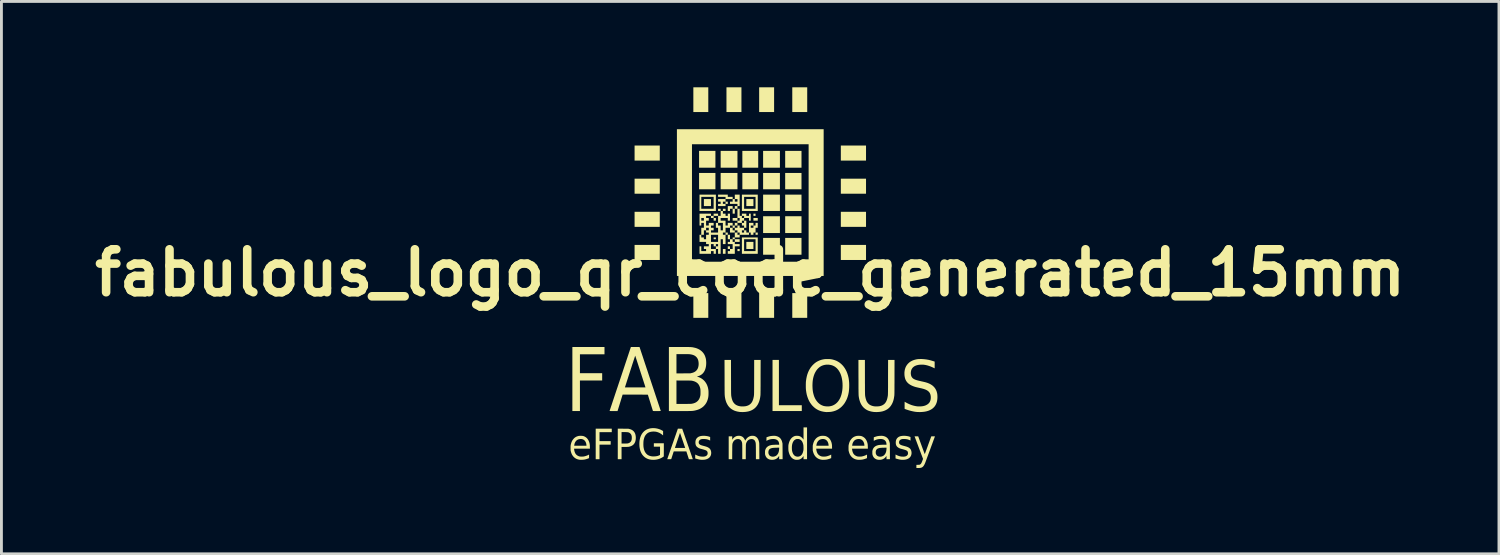
<source format=kicad_pcb>
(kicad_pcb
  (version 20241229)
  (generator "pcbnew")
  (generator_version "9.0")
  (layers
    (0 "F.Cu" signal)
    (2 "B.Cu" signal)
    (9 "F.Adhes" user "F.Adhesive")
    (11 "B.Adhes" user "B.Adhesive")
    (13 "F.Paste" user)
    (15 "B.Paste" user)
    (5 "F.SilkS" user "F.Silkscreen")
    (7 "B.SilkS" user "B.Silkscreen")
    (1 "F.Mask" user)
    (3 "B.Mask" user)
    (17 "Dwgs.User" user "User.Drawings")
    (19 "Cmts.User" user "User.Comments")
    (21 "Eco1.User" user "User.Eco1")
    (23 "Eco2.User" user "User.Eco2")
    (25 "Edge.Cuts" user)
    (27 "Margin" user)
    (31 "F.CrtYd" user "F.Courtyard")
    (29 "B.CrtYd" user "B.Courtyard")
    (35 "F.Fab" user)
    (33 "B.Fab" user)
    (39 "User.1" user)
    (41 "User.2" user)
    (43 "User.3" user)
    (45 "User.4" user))
  (footprint "fabulous_logo_qr_code_generated_15mm"
    (layer "F.Cu")
    (at 23.157 6.48)
    (property "Reference" "fabulous_logo_qr_code_generated_15mm" (at 0 0 0) (layer "F.SilkS") (effects (font (size 1.5 1.5) (thickness 0.3))))
    (attr board_only exclude_from_pos_files exclude_from_bom)
    (fp_poly (pts (xy -3.159 -4.183) (xy -3.159 -3.92) (xy -3.599 -3.92) (xy -4.039 -3.92) (xy -4.039 -4.183) (xy -4.039 -4.446) (xy -3.599 -4.446) (xy -3.159 -4.446)) (stroke (width 0) (type solid)) (fill yes) (layer "F.SilkS"))
    (fp_poly (pts (xy -3.159 -3.025) (xy -3.159 -2.763) (xy -3.599 -2.763) (xy -4.039 -2.763) (xy -4.039 -3.025) (xy -4.039 -3.288) (xy -3.599 -3.288) (xy -3.159 -3.288)) (stroke (width 0) (type solid)) (fill yes) (layer "F.SilkS"))
    (fp_poly (pts (xy -3.159 -1.868) (xy -3.159 -1.605) (xy -3.599 -1.605) (xy -4.039 -1.605) (xy -4.039 -1.868) (xy -4.039 -2.131) (xy -3.599 -2.131) (xy -3.159 -2.131)) (stroke (width 0) (type solid)) (fill yes) (layer "F.SilkS"))
    (fp_poly (pts (xy -3.159 -0.711) (xy -3.159 -0.448) (xy -3.599 -0.448) (xy -4.039 -0.448) (xy -4.039 -0.711) (xy -4.039 -0.974) (xy -3.599 -0.974) (xy -3.159 -0.974)) (stroke (width 0) (type solid)) (fill yes) (layer "F.SilkS"))
    (fp_poly (pts (xy -1.464 -6.048) (xy -1.464 -5.616) (xy -1.725 -5.616) (xy -1.986 -5.616) (xy -1.986 -6.048) (xy -1.986 -6.48) (xy -1.725 -6.48) (xy -1.464 -6.48)) (stroke (width 0) (type solid)) (fill yes) (layer "F.SilkS"))
    (fp_poly (pts (xy -1.464 1.141) (xy -1.464 1.573) (xy -1.725 1.573) (xy -1.986 1.573) (xy -1.986 1.141) (xy -1.986 0.709) (xy -1.725 0.709) (xy -1.464 0.709)) (stroke (width 0) (type solid)) (fill yes) (layer "F.SilkS"))
    (fp_poly (pts (xy -1.37 -2.453) (xy -1.37 -2.331) (xy -1.494 -2.331) (xy -1.618 -2.331) (xy -1.618 -2.453) (xy -1.618 -2.576) (xy -1.494 -2.576) (xy -1.37 -2.576)) (stroke (width 0) (type solid)) (fill yes) (layer "F.SilkS"))
    (fp_poly (pts (xy -1.215 -3.965) (xy -1.215 -3.672) (xy -1.501 -3.672) (xy -1.786 -3.672) (xy -1.786 -3.965) (xy -1.786 -4.259) (xy -1.501 -4.259) (xy -1.215 -4.259)) (stroke (width 0) (type solid)) (fill yes) (layer "F.SilkS"))
    (fp_poly (pts (xy -1.215 -3.203) (xy -1.215 -2.918) (xy -1.501 -2.918) (xy -1.786 -2.918) (xy -1.786 -3.203) (xy -1.786 -3.488) (xy -1.501 -3.488) (xy -1.215 -3.488)) (stroke (width 0) (type solid)) (fill yes) (layer "F.SilkS"))
    (fp_poly (pts (xy -1.199 -1.868) (xy -1.199 -1.821) (xy -1.238 -1.821) (xy -1.277 -1.821) (xy -1.277 -1.868) (xy -1.277 -1.915) (xy -1.238 -1.915) (xy -1.199 -1.915)) (stroke (width 0) (type solid)) (fill yes) (layer "F.SilkS"))
    (fp_poly (pts (xy -1.199 -1.204) (xy -1.199 -1.173) (xy -1.238 -1.173) (xy -1.277 -1.173) (xy -1.277 -1.204) (xy -1.277 -1.235) (xy -1.238 -1.235) (xy -1.199 -1.235)) (stroke (width 0) (type solid)) (fill yes) (layer "F.SilkS"))
    (fp_poly (pts (xy -0.861 -0.748) (xy -0.861 -0.664) (xy -0.907 -0.664) (xy -0.954 -0.664) (xy -0.954 -0.748) (xy -0.954 -0.832) (xy -0.907 -0.832) (xy -0.861 -0.832)) (stroke (width 0) (type solid)) (fill yes) (layer "F.SilkS"))
    (fp_poly (pts (xy -0.445 -3.965) (xy -0.445 -3.672) (xy -0.738 -3.672) (xy -1.032 -3.672) (xy -1.032 -3.965) (xy -1.032 -4.259) (xy -0.738 -4.259) (xy -0.445 -4.259)) (stroke (width 0) (type solid)) (fill yes) (layer "F.SilkS"))
    (fp_poly (pts (xy -0.445 -3.203) (xy -0.445 -2.918) (xy -0.738 -2.918) (xy -1.032 -2.918) (xy -1.032 -3.203) (xy -1.032 -3.488) (xy -0.738 -3.488) (xy -0.445 -3.488)) (stroke (width 0) (type solid)) (fill yes) (layer "F.SilkS"))
    (fp_poly (pts (xy -0.368 -0.795) (xy -0.368 -0.758) (xy -0.406 -0.758) (xy -0.445 -0.758) (xy -0.445 -0.795) (xy -0.445 -0.832) (xy -0.406 -0.832) (xy -0.368 -0.832)) (stroke (width 0) (type solid)) (fill yes) (layer "F.SilkS"))
    (fp_poly (pts (xy -0.306 -6.048) (xy -0.306 -5.616) (xy -0.567 -5.616) (xy -0.829 -5.616) (xy -0.829 -6.048) (xy -0.829 -6.48) (xy -0.567 -6.48) (xy -0.306 -6.48)) (stroke (width 0) (type solid)) (fill yes) (layer "F.SilkS"))
    (fp_poly (pts (xy -0.306 1.141) (xy -0.306 1.573) (xy -0.567 1.573) (xy -0.829 1.573) (xy -0.829 1.141) (xy -0.829 0.709) (xy -0.567 0.709) (xy -0.306 0.709)) (stroke (width 0) (type solid)) (fill yes) (layer "F.SilkS"))
    (fp_poly (pts (xy 0.113 -2.453) (xy 0.113 -2.331) (xy -0.011 -2.331) (xy -0.135 -2.331) (xy -0.135 -2.453) (xy -0.135 -2.576) (xy -0.011 -2.576) (xy 0.113 -2.576)) (stroke (width 0) (type solid)) (fill yes) (layer "F.SilkS"))
    (fp_poly (pts (xy 0.113 -0.956) (xy 0.113 -0.832) (xy -0.011 -0.832) (xy -0.135 -0.832) (xy -0.135 -0.956) (xy -0.135 -1.08) (xy -0.011 -1.08) (xy 0.113 -1.08)) (stroke (width 0) (type solid)) (fill yes) (layer "F.SilkS"))
    (fp_poly (pts (xy 0.187 -2.028) (xy 0.187 -1.989) (xy 0.15 -1.989) (xy 0.113 -1.989) (xy 0.113 -2.028) (xy 0.113 -2.066) (xy 0.15 -2.066) (xy 0.187 -2.066)) (stroke (width 0) (type solid)) (fill yes) (layer "F.SilkS"))
    (fp_poly (pts (xy 0.264 -1.868) (xy 0.264 -1.821) (xy 0.189 -1.821) (xy 0.113 -1.821) (xy 0.113 -1.868) (xy 0.113 -1.915) (xy 0.189 -1.915) (xy 0.264 -1.915)) (stroke (width 0) (type solid)) (fill yes) (layer "F.SilkS"))
    (fp_poly (pts (xy 0.264 -1.367) (xy 0.264 -1.328) (xy 0.226 -1.328) (xy 0.187 -1.328) (xy 0.187 -1.367) (xy 0.187 -1.406) (xy 0.226 -1.406) (xy 0.264 -1.406)) (stroke (width 0) (type solid)) (fill yes) (layer "F.SilkS"))
    (fp_poly (pts (xy 0.28 -3.965) (xy 0.28 -3.672) (xy 0.003 -3.672) (xy -0.274 -3.672) (xy -0.274 -3.965) (xy -0.274 -4.259) (xy 0.003 -4.259) (xy 0.28 -4.259)) (stroke (width 0) (type solid)) (fill yes) (layer "F.SilkS"))
    (fp_poly (pts (xy 0.28 -3.203) (xy 0.28 -2.918) (xy 0.003 -2.918) (xy -0.274 -2.918) (xy -0.274 -3.203) (xy -0.274 -3.488) (xy 0.003 -3.488) (xy 0.28 -3.488)) (stroke (width 0) (type solid)) (fill yes) (layer "F.SilkS"))
    (fp_poly (pts (xy 0.835 -6.048) (xy 0.835 -5.616) (xy 0.574 -5.616) (xy 0.313 -5.616) (xy 0.313 -6.048) (xy 0.313 -6.48) (xy 0.574 -6.48) (xy 0.835 -6.48)) (stroke (width 0) (type solid)) (fill yes) (layer "F.SilkS"))
    (fp_poly (pts (xy 0.835 1.141) (xy 0.835 1.573) (xy 0.574 1.573) (xy 0.313 1.573) (xy 0.313 1.141) (xy 0.313 0.709) (xy 0.574 0.709) (xy 0.835 0.709)) (stroke (width 0) (type solid)) (fill yes) (layer "F.SilkS"))
    (fp_poly (pts (xy 1.038 -3.965) (xy 1.038 -3.672) (xy 0.745 -3.672) (xy 0.451 -3.672) (xy 0.451 -3.965) (xy 0.451 -4.259) (xy 0.745 -4.259) (xy 1.038 -4.259)) (stroke (width 0) (type solid)) (fill yes) (layer "F.SilkS"))
    (fp_poly (pts (xy 1.038 -3.203) (xy 1.038 -2.918) (xy 0.745 -2.918) (xy 0.451 -2.918) (xy 0.451 -3.203) (xy 0.451 -3.488) (xy 0.745 -3.488) (xy 1.038 -3.488)) (stroke (width 0) (type solid)) (fill yes) (layer "F.SilkS"))
    (fp_poly (pts (xy 1.038 -2.445) (xy 1.038 -2.16) (xy 0.745 -2.16) (xy 0.451 -2.16) (xy 0.451 -2.445) (xy 0.451 -2.731) (xy 0.745 -2.731) (xy 1.038 -2.731)) (stroke (width 0) (type solid)) (fill yes) (layer "F.SilkS"))
    (fp_poly (pts (xy 1.038 -1.683) (xy 1.038 -1.389) (xy 0.745 -1.389) (xy 0.451 -1.389) (xy 0.451 -1.683) (xy 0.451 -1.976) (xy 0.745 -1.976) (xy 1.038 -1.976)) (stroke (width 0) (type solid)) (fill yes) (layer "F.SilkS"))
    (fp_poly (pts (xy 1.038 -0.925) (xy 1.038 -0.632) (xy 0.745 -0.632) (xy 0.451 -0.632) (xy 0.451 -0.925) (xy 0.451 -1.219) (xy 0.745 -1.219) (xy 1.038 -1.219)) (stroke (width 0) (type solid)) (fill yes) (layer "F.SilkS"))
    (fp_poly (pts (xy 1.792 -3.965) (xy 1.792 -3.672) (xy 1.507 -3.672) (xy 1.222 -3.672) (xy 1.222 -3.965) (xy 1.222 -4.259) (xy 1.507 -4.259) (xy 1.792 -4.259)) (stroke (width 0) (type solid)) (fill yes) (layer "F.SilkS"))
    (fp_poly (pts (xy 1.792 -3.203) (xy 1.792 -2.918) (xy 1.507 -2.918) (xy 1.222 -2.918) (xy 1.222 -3.203) (xy 1.222 -3.488) (xy 1.507 -3.488) (xy 1.792 -3.488)) (stroke (width 0) (type solid)) (fill yes) (layer "F.SilkS"))
    (fp_poly (pts (xy 1.792 -2.445) (xy 1.792 -2.16) (xy 1.507 -2.16) (xy 1.222 -2.16) (xy 1.222 -2.445) (xy 1.222 -2.731) (xy 1.507 -2.731) (xy 1.792 -2.731)) (stroke (width 0) (type solid)) (fill yes) (layer "F.SilkS"))
    (fp_poly (pts (xy 1.792 -1.683) (xy 1.792 -1.389) (xy 1.507 -1.389) (xy 1.222 -1.389) (xy 1.222 -1.683) (xy 1.222 -1.976) (xy 1.507 -1.976) (xy 1.792 -1.976)) (stroke (width 0) (type solid)) (fill yes) (layer "F.SilkS"))
    (fp_poly (pts (xy 1.792 -0.925) (xy 1.792 -0.632) (xy 1.507 -0.632) (xy 1.222 -0.632) (xy 1.222 -0.925) (xy 1.222 -1.219) (xy 1.507 -1.219) (xy 1.792 -1.219)) (stroke (width 0) (type solid)) (fill yes) (layer "F.SilkS"))
    (fp_poly (pts (xy 1.992 -6.048) (xy 1.992 -5.616) (xy 1.731 -5.616) (xy 1.47 -5.616) (xy 1.47 -6.048) (xy 1.47 -6.48) (xy 1.731 -6.48) (xy 1.992 -6.48)) (stroke (width 0) (type solid)) (fill yes) (layer "F.SilkS"))
    (fp_poly (pts (xy 1.992 1.141) (xy 1.992 1.573) (xy 1.731 1.573) (xy 1.47 1.573) (xy 1.47 1.141) (xy 1.47 0.709) (xy 1.731 0.709) (xy 1.992 0.709)) (stroke (width 0) (type solid)) (fill yes) (layer "F.SilkS"))
    (fp_poly (pts (xy 4.046 -4.183) (xy 4.046 -3.92) (xy 3.606 -3.92) (xy 3.166 -3.92) (xy 3.166 -4.183) (xy 3.166 -4.446) (xy 3.606 -4.446) (xy 4.046 -4.446)) (stroke (width 0) (type solid)) (fill yes) (layer "F.SilkS"))
    (fp_poly (pts (xy 4.046 -3.025) (xy 4.046 -2.763) (xy 3.606 -2.763) (xy 3.166 -2.763) (xy 3.166 -3.025) (xy 3.166 -3.288) (xy 3.606 -3.288) (xy 4.046 -3.288)) (stroke (width 0) (type solid)) (fill yes) (layer "F.SilkS"))
    (fp_poly (pts (xy 4.046 -1.868) (xy 4.046 -1.605) (xy 3.606 -1.605) (xy 3.166 -1.605) (xy 3.166 -1.868) (xy 3.166 -2.131) (xy 3.606 -2.131) (xy 4.046 -2.131)) (stroke (width 0) (type solid)) (fill yes) (layer "F.SilkS"))
    (fp_poly (pts (xy 4.046 -0.711) (xy 4.046 -0.448) (xy 3.606 -0.448) (xy 3.166 -0.448) (xy 3.166 -0.711) (xy 3.166 -0.974) (xy 3.606 -0.974) (xy 4.046 -0.974)) (stroke (width 0) (type solid)) (fill yes) (layer "F.SilkS"))
    (fp_poly (pts (xy -0.613 -1.528) (xy -0.613 -1.483) (xy -0.575 -1.483) (xy -0.538 -1.483) (xy -0.538 -1.444) (xy -0.538 -1.406) (xy -0.622 -1.406) (xy -0.706 -1.406) (xy -0.706 -1.489) (xy -0.706 -1.573) (xy -0.659 -1.573) (xy -0.613 -1.573)) (stroke (width 0) (type solid)) (fill yes) (layer "F.SilkS"))
    (fp_poly (pts (xy 1.003 3.835) (xy 1.003 4.626) (xy 1.402 4.626) (xy 1.802 4.626) (xy 1.802 4.728) (xy 1.802 4.829) (xy 1.291 4.829) (xy 0.78 4.829) (xy 0.78 3.936) (xy 0.78 3.043) (xy 0.891 3.043) (xy 1.003 3.043)) (stroke (width 0) (type solid)) (fill yes) (layer "F.SilkS"))
    (fp_poly (pts (xy -1.199 -2.445) (xy -1.199 -2.16) (xy -1.485 -2.16) (xy -1.77 -2.16) (xy -1.77 -2.445) (xy -1.709 -2.445) (xy -1.709 -2.237) (xy -1.493 -2.237) (xy -1.277 -2.237) (xy -1.277 -2.445) (xy -1.277 -2.653) (xy -1.493 -2.653) (xy -1.709 -2.653) (xy -1.709 -2.445) (xy -1.77 -2.445) (xy -1.77 -2.731) (xy -1.485 -2.731) (xy -1.199 -2.731)) (stroke (width 0) (type solid)) (fill yes) (layer "F.SilkS"))
    (fp_poly (pts (xy 0.264 -2.445) (xy 0.264 -2.16) (xy -0.013 -2.16) (xy -0.29 -2.16) (xy -0.29 -2.445) (xy -0.213 -2.445) (xy -0.213 -2.237) (xy -0.013 -2.237) (xy 0.187 -2.237) (xy 0.187 -2.445) (xy 0.187 -2.653) (xy -0.013 -2.653) (xy -0.213 -2.653) (xy -0.213 -2.445) (xy -0.29 -2.445) (xy -0.29 -2.731) (xy -0.013 -2.731) (xy 0.264 -2.731)) (stroke (width 0) (type solid)) (fill yes) (layer "F.SilkS"))
    (fp_poly (pts (xy 0.264 -0.949) (xy 0.264 -0.664) (xy -0.013 -0.664) (xy -0.29 -0.664) (xy -0.29 -0.949) (xy -0.29 -0.966) (xy -0.213 -0.966) (xy -0.213 -0.758) (xy -0.013 -0.758) (xy 0.187 -0.758) (xy 0.187 -0.966) (xy 0.187 -1.173) (xy -0.013 -1.173) (xy -0.213 -1.173) (xy -0.213 -0.966) (xy -0.29 -0.966) (xy -0.29 -1.235) (xy -0.013 -1.235) (xy 0.264 -1.235)) (stroke (width 0) (type solid)) (fill yes) (layer "F.SilkS"))
    (fp_poly (pts (xy 2.566 -2.453) (xy 2.566 0.11) (xy 0.003 0.11) (xy -2.56 0.11) (xy -2.56 -2.439) (xy -2.034 -2.439) (xy -2.034 -0.387) (xy 0.003 -0.387) (xy 2.041 -0.387) (xy 2.041 -2.439) (xy 2.041 -4.491) (xy 0.003 -4.491) (xy -2.034 -4.491) (xy -2.034 -2.439) (xy -2.56 -2.439) (xy -2.56 -2.453) (xy -2.56 -5.016) (xy 0.003 -5.016) (xy 2.566 -5.016)) (stroke (width 0) (type solid)) (fill yes) (layer "F.SilkS"))
    (fp_poly (pts (xy -5.09 2.719) (xy -5.09 2.847) (xy -5.519 2.847) (xy -5.948 2.847) (xy -5.948 3.177) (xy -5.948 3.507) (xy -5.559 3.507) (xy -5.171 3.507) (xy -5.171 3.635) (xy -5.171 3.762) (xy -5.559 3.762) (xy -5.948 3.762) (xy -5.948 4.296) (xy -5.948 4.829) (xy -6.08 4.829) (xy -6.212 4.829) (xy -6.212 3.711) (xy -6.212 2.592) (xy -5.651 2.592) (xy -5.09 2.592)) (stroke (width 0) (type solid)) (fill yes) (layer "F.SilkS"))
    (fp_poly (pts (xy -4.836 5.506) (xy -4.836 5.567) (xy -5.05 5.567) (xy -5.264 5.567) (xy -5.264 5.724) (xy -5.264 5.88) (xy -5.069 5.88) (xy -4.874 5.88) (xy -4.874 5.941) (xy -4.874 6.003) (xy -5.069 6.003) (xy -5.264 6.003) (xy -5.264 6.257) (xy -5.264 6.512) (xy -5.33 6.512) (xy -5.397 6.512) (xy -5.397 5.978) (xy -5.397 5.445) (xy -5.116 5.445) (xy -4.836 5.445)) (stroke (width 0) (type solid)) (fill yes) (layer "F.SilkS"))
    (fp_poly (pts (xy -4.442 5.446) (xy -4.257 5.447) (xy -4.22 5.456) (xy -4.176 5.469) (xy -4.137 5.486) (xy -4.103 5.508) (xy -4.074 5.533) (xy -4.049 5.563) (xy -4.03 5.596) (xy -4.016 5.629) (xy -4.006 5.667) (xy -3.999 5.708) (xy -3.996 5.75) (xy -3.997 5.793) (xy -4.001 5.834) (xy -4.009 5.874) (xy -4.02 5.911) (xy -4.03 5.932) (xy -4.05 5.966) (xy -4.074 5.996) (xy -4.103 6.021) (xy -4.137 6.042) (xy -4.175 6.059) (xy -4.218 6.072) (xy -4.218 6.072) (xy -4.228 6.075) (xy -4.236 6.076) (xy -4.245 6.078) (xy -4.254 6.079) (xy -4.264 6.08) (xy -4.277 6.081) (xy -4.294 6.081) (xy -4.314 6.082) (xy -4.338 6.082) (xy -4.368 6.082) (xy -4.374 6.082) (xy -4.494 6.084) (xy -4.494 6.298) (xy -4.494 6.512) (xy -4.56 6.512) (xy -4.626 6.512) (xy -4.626 5.978) (xy -4.626 5.764) (xy -4.494 5.764) (xy -4.494 5.964) (xy -4.395 5.964) (xy -4.365 5.964) (xy -4.34 5.964) (xy -4.32 5.963) (xy -4.303 5.962) (xy -4.291 5.962) (xy -4.28 5.96) (xy -4.272 5.959) (xy -4.241 5.949) (xy -4.213 5.935) (xy -4.188 5.915) (xy -4.173 5.899) (xy -4.159 5.877) (xy -4.148 5.853) (xy -4.141 5.827) (xy -4.137 5.798) (xy -4.136 5.764) (xy -4.137 5.726) (xy -4.143 5.693) (xy -4.152 5.664) (xy -4.166 5.639) (xy -4.184 5.617) (xy -4.202 5.601) (xy -4.214 5.592) (xy -4.227 5.585) (xy -4.24 5.579) (xy -4.254 5.574) (xy -4.271 5.57) (xy -4.29 5.568) (xy -4.314 5.566) (xy -4.341 5.565) (xy -4.374 5.564) (xy -4.397 5.564) (xy -4.494 5.564) (xy -4.494 5.764) (xy -4.626 5.764) (xy -4.626 5.444)) (stroke (width 0) (type solid)) (fill yes) (layer "F.SilkS"))
    (fp_poly (pts (xy -0.783 -2.692) (xy -0.783 -2.653) (xy -0.698 -2.653) (xy -0.613 -2.653) (xy -0.613 -2.614) (xy -0.613 -2.576) (xy -0.575 -2.576) (xy -0.538 -2.576) (xy -0.538 -2.653) (xy -0.538 -2.731) (xy -0.453 -2.731) (xy -0.368 -2.731) (xy -0.368 -2.531) (xy -0.368 -2.331) (xy -0.406 -2.331) (xy -0.445 -2.331) (xy -0.445 -2.284) (xy -0.445 -2.237) (xy -0.492 -2.237) (xy -0.538 -2.237) (xy -0.538 -2.152) (xy -0.538 -2.066) (xy -0.575 -2.066) (xy -0.613 -2.066) (xy -0.613 -2.152) (xy -0.613 -2.237) (xy -0.659 -2.237) (xy -0.706 -2.237) (xy -0.706 -2.199) (xy -0.706 -2.16) (xy -0.745 -2.16) (xy -0.783 -2.16) (xy -0.783 -2.245) (xy -0.783 -2.331) (xy -0.698 -2.331) (xy -0.613 -2.331) (xy -0.613 -2.284) (xy -0.613 -2.237) (xy -0.575 -2.237) (xy -0.538 -2.237) (xy -0.538 -2.284) (xy -0.538 -2.331) (xy -0.492 -2.331) (xy -0.445 -2.331) (xy -0.445 -2.369) (xy -0.445 -2.408) (xy -0.575 -2.408) (xy -0.706 -2.408) (xy -0.706 -2.447) (xy -0.706 -2.486) (xy -0.659 -2.486) (xy -0.613 -2.486) (xy -0.613 -2.531) (xy -0.538 -2.531) (xy -0.538 -2.486) (xy -0.492 -2.486) (xy -0.445 -2.486) (xy -0.445 -2.531) (xy -0.445 -2.576) (xy -0.492 -2.576) (xy -0.538 -2.576) (xy -0.538 -2.531) (xy -0.613 -2.531) (xy -0.613 -2.576) (xy -0.737 -2.576) (xy -0.861 -2.576) (xy -0.861 -2.531) (xy -0.861 -2.486) (xy -0.907 -2.486) (xy -0.954 -2.486) (xy -0.954 -2.447) (xy -0.954 -2.408) (xy -0.907 -2.408) (xy -0.861 -2.408) (xy -0.861 -2.447) (xy -0.861 -2.486) (xy -0.822 -2.486) (xy -0.783 -2.486) (xy -0.783 -2.447) (xy -0.783 -2.408) (xy -0.822 -2.408) (xy -0.861 -2.408) (xy -0.861 -2.369) (xy -0.861 -2.331) (xy -0.991 -2.331) (xy -1.122 -2.331) (xy -1.122 -2.369) (xy -1.122 -2.408) (xy -1.077 -2.408) (xy -1.032 -2.408) (xy -1.032 -2.447) (xy -1.032 -2.486) (xy -1.077 -2.486) (xy -1.122 -2.486) (xy -1.122 -2.531) (xy -1.122 -2.576) (xy -0.991 -2.576) (xy -0.861 -2.576) (xy -0.861 -2.614) (xy -0.861 -2.653) (xy -0.991 -2.653) (xy -1.122 -2.653) (xy -1.122 -2.692) (xy -1.122 -2.731) (xy -0.953 -2.731) (xy -0.783 -2.731)) (stroke (width 0) (type solid)) (fill yes) (layer "F.SilkS"))
    (fp_poly (pts (xy -3.36 5.426) (xy -3.305 5.431) (xy -3.249 5.441) (xy -3.195 5.456) (xy -3.142 5.475) (xy -3.092 5.499) (xy -3.082 5.505) (xy -3.043 5.527) (xy -3.043 5.604) (xy -3.043 5.681) (xy -3.055 5.671) (xy -3.094 5.64) (xy -3.131 5.615) (xy -3.167 5.594) (xy -3.204 5.578) (xy -3.243 5.564) (xy -3.248 5.563) (xy -3.277 5.555) (xy -3.304 5.55) (xy -3.331 5.547) (xy -3.36 5.546) (xy -3.391 5.546) (xy -3.439 5.549) (xy -3.482 5.557) (xy -3.52 5.568) (xy -3.555 5.583) (xy -3.588 5.603) (xy -3.614 5.625) (xy -3.64 5.652) (xy -3.663 5.682) (xy -3.682 5.715) (xy -3.698 5.753) (xy -3.711 5.796) (xy -3.722 5.843) (xy -3.726 5.866) (xy -3.728 5.884) (xy -3.729 5.906) (xy -3.731 5.933) (xy -3.731 5.961) (xy -3.732 5.99) (xy -3.731 6.019) (xy -3.73 6.045) (xy -3.729 6.067) (xy -3.727 6.085) (xy -3.727 6.085) (xy -3.719 6.13) (xy -3.71 6.17) (xy -3.698 6.206) (xy -3.684 6.239) (xy -3.68 6.248) (xy -3.656 6.287) (xy -3.629 6.32) (xy -3.598 6.349) (xy -3.563 6.372) (xy -3.524 6.39) (xy -3.481 6.403) (xy -3.435 6.412) (xy -3.384 6.415) (xy -3.353 6.414) (xy -3.302 6.41) (xy -3.256 6.403) (xy -3.216 6.392) (xy -3.18 6.377) (xy -3.171 6.372) (xy -3.151 6.361) (xy -3.15 6.218) (xy -3.15 6.074) (xy -3.258 6.074) (xy -3.366 6.074) (xy -3.366 6.014) (xy -3.366 5.954) (xy -3.192 5.954) (xy -3.017 5.954) (xy -3.017 6.184) (xy -3.018 6.414) (xy -3.036 6.427) (xy -3.088 6.459) (xy -3.143 6.486) (xy -3.2 6.507) (xy -3.26 6.522) (xy -3.321 6.531) (xy -3.384 6.534) (xy -3.448 6.531) (xy -3.503 6.523) (xy -3.555 6.509) (xy -3.604 6.49) (xy -3.649 6.466) (xy -3.691 6.436) (xy -3.728 6.402) (xy -3.762 6.363) (xy -3.791 6.32) (xy -3.816 6.272) (xy -3.837 6.22) (xy -3.852 6.163) (xy -3.86 6.124) (xy -3.868 6.065) (xy -3.871 6.005) (xy -3.871 5.945) (xy -3.867 5.885) (xy -3.859 5.828) (xy -3.848 5.777) (xy -3.83 5.722) (xy -3.808 5.671) (xy -3.782 5.625) (xy -3.751 5.583) (xy -3.716 5.545) (xy -3.677 5.512) (xy -3.634 5.485) (xy -3.617 5.476) (xy -3.571 5.456) (xy -3.521 5.441) (xy -3.469 5.431) (xy -3.415 5.426)) (stroke (width 0) (type solid)) (fill yes) (layer "F.SilkS"))
    (fp_poly (pts (xy 5.983 6.025) (xy 6.001 6.076) (xy 6.018 6.121) (xy 6.032 6.16) (xy 6.045 6.194) (xy 6.056 6.224) (xy 6.065 6.249) (xy 6.073 6.27) (xy 6.08 6.287) (xy 6.085 6.301) (xy 6.09 6.312) (xy 6.093 6.32) (xy 6.096 6.325) (xy 6.098 6.329) (xy 6.099 6.33) (xy 6.1 6.33) (xy 6.101 6.329) (xy 6.101 6.329) (xy 6.103 6.325) (xy 6.106 6.315) (xy 6.112 6.3) (xy 6.119 6.28) (xy 6.128 6.256) (xy 6.138 6.228) (xy 6.15 6.196) (xy 6.163 6.161) (xy 6.176 6.123) (xy 6.191 6.084) (xy 6.206 6.042) (xy 6.215 6.016) (xy 6.326 5.713) (xy 6.39 5.713) (xy 6.412 5.713) (xy 6.429 5.713) (xy 6.44 5.713) (xy 6.447 5.714) (xy 6.451 5.715) (xy 6.453 5.716) (xy 6.453 5.718) (xy 6.452 5.718) (xy 6.451 5.722) (xy 6.448 5.731) (xy 6.442 5.746) (xy 6.435 5.766) (xy 6.426 5.79) (xy 6.415 5.819) (xy 6.403 5.851) (xy 6.39 5.888) (xy 6.375 5.928) (xy 6.36 5.97) (xy 6.343 6.016) (xy 6.325 6.063) (xy 6.307 6.113) (xy 6.29 6.161) (xy 6.271 6.212) (xy 6.252 6.262) (xy 6.234 6.311) (xy 6.217 6.357) (xy 6.201 6.401) (xy 6.186 6.442) (xy 6.172 6.48) (xy 6.159 6.515) (xy 6.148 6.545) (xy 6.138 6.572) (xy 6.13 6.593) (xy 6.124 6.61) (xy 6.12 6.621) (xy 6.118 6.626) (xy 6.101 6.667) (xy 6.084 6.702) (xy 6.067 6.731) (xy 6.05 6.755) (xy 6.031 6.775) (xy 6.012 6.79) (xy 6 6.797) (xy 5.985 6.804) (xy 5.97 6.809) (xy 5.952 6.813) (xy 5.933 6.816) (xy 5.909 6.818) (xy 5.881 6.818) (xy 5.867 6.818) (xy 5.806 6.818) (xy 5.806 6.764) (xy 5.806 6.709) (xy 5.858 6.708) (xy 5.878 6.708) (xy 5.893 6.707) (xy 5.904 6.706) (xy 5.912 6.705) (xy 5.919 6.703) (xy 5.926 6.7) (xy 5.928 6.699) (xy 5.941 6.692) (xy 5.952 6.683) (xy 5.963 6.672) (xy 5.973 6.657) (xy 5.983 6.639) (xy 5.994 6.617) (xy 6.005 6.589) (xy 6.018 6.557) (xy 6.018 6.554) (xy 6.038 6.501) (xy 5.894 6.119) (xy 5.876 6.071) (xy 5.859 6.025) (xy 5.842 5.98) (xy 5.826 5.938) (xy 5.812 5.899) (xy 5.798 5.863) (xy 5.786 5.83) (xy 5.775 5.801) (xy 5.765 5.776) (xy 5.758 5.755) (xy 5.752 5.74) (xy 5.748 5.729) (xy 5.746 5.725) (xy 5.746 5.725) (xy 5.742 5.713) (xy 5.805 5.713) (xy 5.869 5.713)) (stroke (width 0) (type solid)) (fill yes) (layer "F.SilkS"))
    (fp_poly (pts (xy -1.586 5.695) (xy -1.529 5.701) (xy -1.474 5.711) (xy -1.424 5.727) (xy -1.422 5.727) (xy -1.399 5.736) (xy -1.399 5.798) (xy -1.399 5.861) (xy -1.424 5.848) (xy -1.464 5.831) (xy -1.505 5.818) (xy -1.547 5.81) (xy -1.594 5.806) (xy -1.623 5.805) (xy -1.653 5.805) (xy -1.677 5.807) (xy -1.698 5.81) (xy -1.717 5.815) (xy -1.734 5.822) (xy -1.743 5.827) (xy -1.763 5.84) (xy -1.779 5.858) (xy -1.791 5.88) (xy -1.798 5.904) (xy -1.799 5.921) (xy -1.798 5.942) (xy -1.793 5.958) (xy -1.786 5.973) (xy -1.777 5.983) (xy -1.768 5.992) (xy -1.757 6.001) (xy -1.743 6.009) (xy -1.726 6.017) (xy -1.705 6.025) (xy -1.68 6.033) (xy -1.65 6.041) (xy -1.614 6.051) (xy -1.613 6.051) (xy -1.573 6.062) (xy -1.538 6.072) (xy -1.509 6.083) (xy -1.483 6.094) (xy -1.461 6.106) (xy -1.442 6.119) (xy -1.424 6.133) (xy -1.413 6.144) (xy -1.395 6.167) (xy -1.381 6.194) (xy -1.371 6.225) (xy -1.364 6.257) (xy -1.362 6.291) (xy -1.364 6.324) (xy -1.37 6.357) (xy -1.381 6.388) (xy -1.394 6.414) (xy -1.417 6.444) (xy -1.444 6.47) (xy -1.477 6.491) (xy -1.513 6.508) (xy -1.554 6.521) (xy -1.6 6.529) (xy -1.644 6.532) (xy -1.662 6.533) (xy -1.68 6.533) (xy -1.695 6.533) (xy -1.705 6.533) (xy -1.707 6.533) (xy -1.756 6.527) (xy -1.809 6.516) (xy -1.865 6.502) (xy -1.882 6.497) (xy -1.921 6.485) (xy -1.921 6.416) (xy -1.921 6.348) (xy -1.885 6.366) (xy -1.838 6.387) (xy -1.794 6.403) (xy -1.75 6.414) (xy -1.706 6.421) (xy -1.663 6.422) (xy -1.632 6.422) (xy -1.606 6.419) (xy -1.584 6.415) (xy -1.563 6.409) (xy -1.548 6.402) (xy -1.529 6.39) (xy -1.512 6.374) (xy -1.499 6.357) (xy -1.492 6.342) (xy -1.487 6.322) (xy -1.486 6.299) (xy -1.488 6.277) (xy -1.493 6.259) (xy -1.499 6.246) (xy -1.506 6.234) (xy -1.515 6.224) (xy -1.527 6.214) (xy -1.542 6.206) (xy -1.56 6.197) (xy -1.583 6.189) (xy -1.611 6.18) (xy -1.644 6.17) (xy -1.673 6.162) (xy -1.699 6.155) (xy -1.72 6.15) (xy -1.737 6.145) (xy -1.751 6.141) (xy -1.763 6.137) (xy -1.773 6.133) (xy -1.783 6.128) (xy -1.794 6.123) (xy -1.802 6.12) (xy -1.833 6.101) (xy -1.86 6.08) (xy -1.881 6.056) (xy -1.897 6.028) (xy -1.907 5.996) (xy -1.913 5.961) (xy -1.914 5.921) (xy -1.914 5.916) (xy -1.91 5.877) (xy -1.902 5.843) (xy -1.889 5.813) (xy -1.872 5.786) (xy -1.859 5.771) (xy -1.835 5.749) (xy -1.809 5.731) (xy -1.779 5.717) (xy -1.746 5.707) (xy -1.708 5.699) (xy -1.666 5.695) (xy -1.644 5.694)) (stroke (width 0) (type solid)) (fill yes) (layer "F.SilkS"))
    (fp_poly (pts (xy 5.413 5.695) (xy 5.47 5.701) (xy 5.524 5.711) (xy 5.575 5.727) (xy 5.577 5.727) (xy 5.6 5.736) (xy 5.6 5.798) (xy 5.6 5.861) (xy 5.575 5.848) (xy 5.535 5.831) (xy 5.494 5.818) (xy 5.451 5.81) (xy 5.405 5.806) (xy 5.376 5.805) (xy 5.346 5.805) (xy 5.322 5.807) (xy 5.301 5.81) (xy 5.282 5.815) (xy 5.265 5.822) (xy 5.255 5.827) (xy 5.236 5.84) (xy 5.219 5.858) (xy 5.208 5.88) (xy 5.201 5.904) (xy 5.2 5.921) (xy 5.201 5.942) (xy 5.205 5.958) (xy 5.213 5.973) (xy 5.221 5.983) (xy 5.231 5.992) (xy 5.242 6.001) (xy 5.256 6.009) (xy 5.273 6.017) (xy 5.294 6.025) (xy 5.319 6.033) (xy 5.349 6.041) (xy 5.385 6.051) (xy 5.385 6.051) (xy 5.426 6.062) (xy 5.46 6.072) (xy 5.49 6.083) (xy 5.516 6.094) (xy 5.538 6.106) (xy 5.557 6.119) (xy 5.574 6.133) (xy 5.586 6.144) (xy 5.604 6.167) (xy 5.618 6.194) (xy 5.628 6.225) (xy 5.634 6.257) (xy 5.637 6.291) (xy 5.635 6.324) (xy 5.628 6.357) (xy 5.618 6.388) (xy 5.604 6.414) (xy 5.582 6.444) (xy 5.554 6.47) (xy 5.522 6.491) (xy 5.486 6.508) (xy 5.445 6.521) (xy 5.399 6.529) (xy 5.355 6.532) (xy 5.336 6.533) (xy 5.319 6.533) (xy 5.304 6.533) (xy 5.294 6.533) (xy 5.292 6.533) (xy 5.243 6.527) (xy 5.19 6.516) (xy 5.134 6.502) (xy 5.117 6.497) (xy 5.077 6.485) (xy 5.077 6.416) (xy 5.077 6.348) (xy 5.114 6.366) (xy 5.16 6.387) (xy 5.205 6.403) (xy 5.249 6.414) (xy 5.293 6.421) (xy 5.335 6.422) (xy 5.367 6.422) (xy 5.393 6.419) (xy 5.415 6.415) (xy 5.435 6.409) (xy 5.451 6.402) (xy 5.47 6.39) (xy 5.487 6.374) (xy 5.5 6.357) (xy 5.507 6.342) (xy 5.511 6.322) (xy 5.513 6.299) (xy 5.51 6.277) (xy 5.506 6.259) (xy 5.5 6.246) (xy 5.493 6.234) (xy 5.484 6.224) (xy 5.472 6.214) (xy 5.457 6.206) (xy 5.438 6.197) (xy 5.416 6.189) (xy 5.388 6.18) (xy 5.355 6.17) (xy 5.326 6.162) (xy 5.3 6.155) (xy 5.278 6.15) (xy 5.261 6.145) (xy 5.247 6.141) (xy 5.236 6.137) (xy 5.226 6.133) (xy 5.215 6.128) (xy 5.205 6.123) (xy 5.197 6.12) (xy 5.165 6.101) (xy 5.139 6.08) (xy 5.118 6.056) (xy 5.102 6.028) (xy 5.091 5.996) (xy 5.086 5.961) (xy 5.085 5.921) (xy 5.085 5.916) (xy 5.089 5.877) (xy 5.097 5.843) (xy 5.11 5.813) (xy 5.127 5.786) (xy 5.14 5.771) (xy 5.164 5.749) (xy 5.19 5.731) (xy 5.22 5.717) (xy 5.253 5.707) (xy 5.291 5.699) (xy 5.333 5.695) (xy 5.355 5.694)) (stroke (width 0) (type solid)) (fill yes) (layer "F.SilkS"))
    (fp_poly (pts (xy -5.893 5.695) (xy -5.869 5.697) (xy -5.848 5.699) (xy -5.829 5.703) (xy -5.811 5.709) (xy -5.791 5.718) (xy -5.785 5.72) (xy -5.749 5.741) (xy -5.716 5.766) (xy -5.687 5.797) (xy -5.662 5.832) (xy -5.641 5.872) (xy -5.624 5.916) (xy -5.611 5.964) (xy -5.608 5.98) (xy -5.606 5.994) (xy -5.604 6.01) (xy -5.602 6.027) (xy -5.601 6.048) (xy -5.601 6.074) (xy -5.601 6.074) (xy -5.599 6.144) (xy -5.876 6.144) (xy -6.153 6.144) (xy -6.149 6.179) (xy -6.141 6.225) (xy -6.128 6.266) (xy -6.112 6.303) (xy -6.091 6.335) (xy -6.065 6.362) (xy -6.035 6.384) (xy -6.001 6.402) (xy -5.972 6.412) (xy -5.962 6.415) (xy -5.952 6.417) (xy -5.942 6.418) (xy -5.93 6.419) (xy -5.914 6.42) (xy -5.894 6.42) (xy -5.887 6.42) (xy -5.863 6.42) (xy -5.845 6.419) (xy -5.83 6.418) (xy -5.817 6.417) (xy -5.804 6.415) (xy -5.793 6.412) (xy -5.744 6.399) (xy -5.695 6.381) (xy -5.663 6.367) (xy -5.651 6.36) (xy -5.64 6.355) (xy -5.633 6.352) (xy -5.63 6.351) (xy -5.63 6.354) (xy -5.629 6.362) (xy -5.629 6.375) (xy -5.629 6.392) (xy -5.629 6.411) (xy -5.629 6.412) (xy -5.63 6.474) (xy -5.66 6.486) (xy -5.694 6.499) (xy -5.731 6.51) (xy -5.77 6.52) (xy -5.796 6.525) (xy -5.818 6.528) (xy -5.843 6.53) (xy -5.87 6.532) (xy -5.897 6.533) (xy -5.923 6.533) (xy -5.945 6.532) (xy -5.956 6.531) (xy -6.005 6.522) (xy -6.05 6.508) (xy -6.091 6.489) (xy -6.129 6.464) (xy -6.163 6.435) (xy -6.193 6.4) (xy -6.194 6.398) (xy -6.217 6.365) (xy -6.235 6.331) (xy -6.249 6.295) (xy -6.262 6.255) (xy -6.263 6.249) (xy -6.274 6.204) (xy -6.275 6.12) (xy -6.275 6.095) (xy -6.275 6.075) (xy -6.274 6.058) (xy -6.274 6.045) (xy -6.273 6.041) (xy -6.148 6.041) (xy -5.934 6.041) (xy -5.72 6.041) (xy -5.721 6.018) (xy -5.726 5.978) (xy -5.736 5.942) (xy -5.75 5.908) (xy -5.769 5.878) (xy -5.791 5.853) (xy -5.817 5.833) (xy -5.825 5.828) (xy -5.852 5.816) (xy -5.883 5.808) (xy -5.915 5.805) (xy -5.949 5.807) (xy -5.982 5.813) (xy -6.013 5.823) (xy -6.026 5.829) (xy -6.055 5.847) (xy -6.081 5.871) (xy -6.103 5.899) (xy -6.121 5.931) (xy -6.135 5.967) (xy -6.144 6.007) (xy -6.146 6.021) (xy -6.148 6.041) (xy -6.273 6.041) (xy -6.273 6.034) (xy -6.271 6.024) (xy -6.269 6.013) (xy -6.267 6.001) (xy -6.264 5.99) (xy -6.251 5.941) (xy -6.234 5.897) (xy -6.213 5.856) (xy -6.202 5.84) (xy -6.174 5.803) (xy -6.144 5.772) (xy -6.11 5.746) (xy -6.073 5.725) (xy -6.031 5.709) (xy -6.014 5.704) (xy -6.002 5.701) (xy -5.991 5.698) (xy -5.98 5.697) (xy -5.968 5.696) (xy -5.953 5.695) (xy -5.934 5.695) (xy -5.922 5.695)) (stroke (width 0) (type solid)) (fill yes) (layer "F.SilkS"))
    (fp_poly (pts (xy 2.566 5.695) (xy 2.59 5.697) (xy 2.611 5.699) (xy 2.63 5.703) (xy 2.649 5.709) (xy 2.668 5.718) (xy 2.674 5.72) (xy 2.71 5.741) (xy 2.743 5.766) (xy 2.772 5.797) (xy 2.797 5.832) (xy 2.818 5.872) (xy 2.836 5.916) (xy 2.848 5.964) (xy 2.851 5.98) (xy 2.854 5.994) (xy 2.855 6.01) (xy 2.857 6.027) (xy 2.858 6.048) (xy 2.859 6.074) (xy 2.859 6.074) (xy 2.86 6.144) (xy 2.583 6.144) (xy 2.306 6.144) (xy 2.31 6.179) (xy 2.318 6.225) (xy 2.331 6.266) (xy 2.347 6.303) (xy 2.369 6.335) (xy 2.394 6.362) (xy 2.424 6.384) (xy 2.458 6.402) (xy 2.487 6.412) (xy 2.497 6.415) (xy 2.507 6.417) (xy 2.517 6.418) (xy 2.529 6.419) (xy 2.545 6.42) (xy 2.565 6.42) (xy 2.573 6.42) (xy 2.596 6.42) (xy 2.614 6.419) (xy 2.629 6.418) (xy 2.642 6.417) (xy 2.655 6.415) (xy 2.666 6.412) (xy 2.715 6.399) (xy 2.764 6.381) (xy 2.796 6.367) (xy 2.809 6.36) (xy 2.819 6.355) (xy 2.826 6.352) (xy 2.829 6.351) (xy 2.829 6.354) (xy 2.83 6.362) (xy 2.83 6.375) (xy 2.83 6.392) (xy 2.83 6.411) (xy 2.83 6.412) (xy 2.829 6.474) (xy 2.799 6.486) (xy 2.765 6.499) (xy 2.728 6.51) (xy 2.689 6.52) (xy 2.663 6.525) (xy 2.641 6.528) (xy 2.616 6.53) (xy 2.589 6.532) (xy 2.562 6.533) (xy 2.536 6.533) (xy 2.514 6.532) (xy 2.503 6.531) (xy 2.455 6.522) (xy 2.409 6.508) (xy 2.368 6.489) (xy 2.33 6.464) (xy 2.296 6.435) (xy 2.266 6.4) (xy 2.265 6.398) (xy 2.243 6.365) (xy 2.225 6.331) (xy 2.21 6.295) (xy 2.197 6.255) (xy 2.196 6.249) (xy 2.185 6.204) (xy 2.185 6.12) (xy 2.185 6.095) (xy 2.185 6.075) (xy 2.185 6.058) (xy 2.185 6.045) (xy 2.186 6.041) (xy 2.311 6.041) (xy 2.525 6.041) (xy 2.739 6.041) (xy 2.738 6.018) (xy 2.733 5.978) (xy 2.723 5.942) (xy 2.709 5.908) (xy 2.69 5.878) (xy 2.668 5.853) (xy 2.642 5.833) (xy 2.634 5.828) (xy 2.607 5.816) (xy 2.577 5.808) (xy 2.544 5.805) (xy 2.511 5.807) (xy 2.478 5.813) (xy 2.446 5.823) (xy 2.433 5.829) (xy 2.404 5.847) (xy 2.378 5.871) (xy 2.356 5.899) (xy 2.338 5.931) (xy 2.324 5.967) (xy 2.315 6.007) (xy 2.313 6.021) (xy 2.311 6.041) (xy 2.186 6.041) (xy 2.186 6.034) (xy 2.188 6.024) (xy 2.19 6.013) (xy 2.192 6.001) (xy 2.195 5.99) (xy 2.208 5.941) (xy 2.225 5.897) (xy 2.246 5.856) (xy 2.257 5.84) (xy 2.285 5.803) (xy 2.315 5.772) (xy 2.349 5.746) (xy 2.387 5.725) (xy 2.428 5.709) (xy 2.445 5.704) (xy 2.457 5.701) (xy 2.468 5.698) (xy 2.479 5.697) (xy 2.491 5.696) (xy 2.506 5.695) (xy 2.525 5.695) (xy 2.537 5.695)) (stroke (width 0) (type solid)) (fill yes) (layer "F.SilkS"))
    (fp_poly (pts (xy 3.817 5.695) (xy 3.841 5.697) (xy 3.862 5.699) (xy 3.881 5.703) (xy 3.899 5.709) (xy 3.919 5.718) (xy 3.925 5.72) (xy 3.961 5.741) (xy 3.994 5.766) (xy 4.023 5.797) (xy 4.048 5.832) (xy 4.069 5.872) (xy 4.086 5.916) (xy 4.099 5.964) (xy 4.102 5.98) (xy 4.104 5.994) (xy 4.106 6.01) (xy 4.107 6.027) (xy 4.108 6.048) (xy 4.109 6.074) (xy 4.109 6.074) (xy 4.111 6.144) (xy 3.834 6.144) (xy 3.557 6.144) (xy 3.561 6.179) (xy 3.569 6.225) (xy 3.582 6.266) (xy 3.598 6.303) (xy 3.619 6.335) (xy 3.645 6.362) (xy 3.675 6.384) (xy 3.709 6.402) (xy 3.738 6.412) (xy 3.748 6.415) (xy 3.758 6.417) (xy 3.768 6.418) (xy 3.78 6.419) (xy 3.796 6.42) (xy 3.816 6.42) (xy 3.823 6.42) (xy 3.847 6.42) (xy 3.865 6.419) (xy 3.88 6.418) (xy 3.893 6.417) (xy 3.906 6.415) (xy 3.917 6.412) (xy 3.966 6.399) (xy 4.015 6.381) (xy 4.047 6.367) (xy 4.059 6.36) (xy 4.07 6.355) (xy 4.077 6.352) (xy 4.08 6.351) (xy 4.08 6.354) (xy 4.081 6.362) (xy 4.081 6.375) (xy 4.081 6.392) (xy 4.081 6.411) (xy 4.081 6.412) (xy 4.08 6.474) (xy 4.05 6.486) (xy 4.016 6.499) (xy 3.979 6.51) (xy 3.94 6.52) (xy 3.914 6.525) (xy 3.892 6.528) (xy 3.867 6.53) (xy 3.84 6.532) (xy 3.812 6.533) (xy 3.787 6.533) (xy 3.765 6.532) (xy 3.754 6.531) (xy 3.705 6.522) (xy 3.66 6.508) (xy 3.619 6.489) (xy 3.581 6.464) (xy 3.547 6.435) (xy 3.517 6.4) (xy 3.516 6.398) (xy 3.493 6.365) (xy 3.475 6.331) (xy 3.461 6.295) (xy 3.448 6.255) (xy 3.447 6.249) (xy 3.436 6.204) (xy 3.435 6.12) (xy 3.435 6.095) (xy 3.435 6.075) (xy 3.436 6.058) (xy 3.436 6.045) (xy 3.437 6.041) (xy 3.562 6.041) (xy 3.776 6.041) (xy 3.99 6.041) (xy 3.989 6.018) (xy 3.984 5.978) (xy 3.974 5.942) (xy 3.959 5.908) (xy 3.941 5.878) (xy 3.919 5.853) (xy 3.893 5.833) (xy 3.885 5.828) (xy 3.858 5.816) (xy 3.827 5.808) (xy 3.795 5.805) (xy 3.761 5.807) (xy 3.728 5.813) (xy 3.697 5.823) (xy 3.684 5.829) (xy 3.654 5.847) (xy 3.629 5.871) (xy 3.607 5.899) (xy 3.589 5.931) (xy 3.575 5.967) (xy 3.566 6.007) (xy 3.564 6.021) (xy 3.562 6.041) (xy 3.437 6.041) (xy 3.437 6.034) (xy 3.439 6.024) (xy 3.441 6.013) (xy 3.443 6.001) (xy 3.446 5.99) (xy 3.459 5.941) (xy 3.476 5.897) (xy 3.497 5.856) (xy 3.508 5.84) (xy 3.536 5.803) (xy 3.566 5.772) (xy 3.6 5.746) (xy 3.637 5.725) (xy 3.679 5.709) (xy 3.696 5.704) (xy 3.708 5.701) (xy 3.719 5.698) (xy 3.73 5.697) (xy 3.742 5.696) (xy 3.757 5.695) (xy 3.776 5.695) (xy 3.788 5.695)) (stroke (width 0) (type solid)) (fill yes) (layer "F.SilkS"))
    (fp_poly (pts (xy -2.451 5.446) (xy -2.375 5.447) (xy -2.19 5.977) (xy -2.171 6.033) (xy -2.151 6.088) (xy -2.133 6.141) (xy -2.116 6.191) (xy -2.099 6.239) (xy -2.083 6.284) (xy -2.069 6.326) (xy -2.055 6.365) (xy -2.043 6.399) (xy -2.033 6.43) (xy -2.024 6.456) (xy -2.016 6.477) (xy -2.011 6.493) (xy -2.007 6.504) (xy -2.005 6.509) (xy -2.005 6.51) (xy -2.008 6.51) (xy -2.017 6.511) (xy -2.03 6.511) (xy -2.047 6.511) (xy -2.066 6.511) (xy -2.074 6.511) (xy -2.142 6.51) (xy -2.186 6.375) (xy -2.23 6.24) (xy -2.451 6.239) (xy -2.671 6.238) (xy -2.715 6.374) (xy -2.759 6.51) (xy -2.828 6.511) (xy -2.849 6.511) (xy -2.867 6.512) (xy -2.882 6.512) (xy -2.892 6.511) (xy -2.898 6.511) (xy -2.898 6.511) (xy -2.897 6.508) (xy -2.894 6.499) (xy -2.889 6.485) (xy -2.882 6.465) (xy -2.874 6.441) (xy -2.864 6.412) (xy -2.852 6.379) (xy -2.839 6.342) (xy -2.825 6.301) (xy -2.81 6.257) (xy -2.794 6.211) (xy -2.776 6.161) (xy -2.76 6.114) (xy -2.629 6.114) (xy -2.629 6.115) (xy -2.628 6.116) (xy -2.625 6.116) (xy -2.62 6.117) (xy -2.612 6.118) (xy -2.6 6.118) (xy -2.585 6.118) (xy -2.566 6.118) (xy -2.542 6.119) (xy -2.513 6.119) (xy -2.479 6.119) (xy -2.452 6.119) (xy -2.419 6.119) (xy -2.387 6.119) (xy -2.359 6.118) (xy -2.333 6.118) (xy -2.311 6.118) (xy -2.294 6.117) (xy -2.281 6.117) (xy -2.274 6.117) (xy -2.273 6.116) (xy -2.274 6.112) (xy -2.277 6.103) (xy -2.281 6.089) (xy -2.287 6.07) (xy -2.295 6.048) (xy -2.304 6.022) (xy -2.313 5.994) (xy -2.324 5.963) (xy -2.335 5.93) (xy -2.346 5.897) (xy -2.358 5.862) (xy -2.37 5.828) (xy -2.382 5.793) (xy -2.393 5.76) (xy -2.404 5.729) (xy -2.414 5.699) (xy -2.424 5.672) (xy -2.432 5.647) (xy -2.439 5.627) (xy -2.445 5.61) (xy -2.45 5.598) (xy -2.452 5.592) (xy -2.453 5.591) (xy -2.454 5.595) (xy -2.457 5.604) (xy -2.462 5.619) (xy -2.469 5.638) (xy -2.477 5.661) (xy -2.485 5.687) (xy -2.495 5.716) (xy -2.506 5.748) (xy -2.517 5.781) (xy -2.528 5.815) (xy -2.54 5.849) (xy -2.552 5.884) (xy -2.563 5.918) (xy -2.574 5.951) (xy -2.585 5.983) (xy -2.595 6.012) (xy -2.604 6.039) (xy -2.612 6.063) (xy -2.619 6.082) (xy -2.624 6.098) (xy -2.627 6.108) (xy -2.629 6.113) (xy -2.629 6.114) (xy -2.76 6.114) (xy -2.758 6.109) (xy -2.739 6.055) (xy -2.72 6) (xy -2.715 5.985) (xy -2.695 5.929) (xy -2.676 5.874) (xy -2.658 5.821) (xy -2.64 5.771) (xy -2.624 5.723) (xy -2.608 5.678) (xy -2.593 5.636) (xy -2.58 5.597) (xy -2.568 5.563) (xy -2.557 5.532) (xy -2.548 5.506) (xy -2.541 5.485) (xy -2.535 5.469) (xy -2.531 5.458) (xy -2.529 5.452) (xy -2.529 5.452) (xy -2.527 5.445)) (stroke (width 0) (type solid)) (fill yes) (layer "F.SilkS"))
    (fp_poly (pts (xy 0.839 5.695) (xy 0.857 5.695) (xy 0.87 5.696) (xy 0.882 5.697) (xy 0.893 5.699) (xy 0.905 5.702) (xy 0.916 5.704) (xy 0.956 5.717) (xy 0.992 5.734) (xy 1.024 5.756) (xy 1.052 5.782) (xy 1.075 5.813) (xy 1.095 5.85) (xy 1.111 5.891) (xy 1.121 5.93) (xy 1.129 5.966) (xy 1.131 6.239) (xy 1.132 6.512) (xy 1.072 6.512) (xy 1.012 6.512) (xy 1.012 6.453) (xy 1.011 6.395) (xy 0.996 6.417) (xy 0.972 6.448) (xy 0.944 6.475) (xy 0.912 6.497) (xy 0.876 6.514) (xy 0.837 6.526) (xy 0.796 6.532) (xy 0.751 6.533) (xy 0.722 6.531) (xy 0.683 6.524) (xy 0.648 6.511) (xy 0.615 6.493) (xy 0.587 6.471) (xy 0.563 6.443) (xy 0.544 6.411) (xy 0.529 6.375) (xy 0.524 6.357) (xy 0.521 6.346) (xy 0.519 6.335) (xy 0.518 6.321) (xy 0.518 6.305) (xy 0.518 6.283) (xy 0.518 6.28) (xy 0.635 6.28) (xy 0.638 6.305) (xy 0.64 6.316) (xy 0.651 6.345) (xy 0.666 6.37) (xy 0.685 6.39) (xy 0.71 6.405) (xy 0.739 6.416) (xy 0.772 6.423) (xy 0.772 6.423) (xy 0.78 6.424) (xy 0.785 6.424) (xy 0.789 6.424) (xy 0.799 6.424) (xy 0.811 6.422) (xy 0.816 6.422) (xy 0.852 6.415) (xy 0.884 6.402) (xy 0.913 6.385) (xy 0.939 6.361) (xy 0.961 6.332) (xy 0.965 6.327) (xy 0.981 6.297) (xy 0.993 6.265) (xy 1.002 6.23) (xy 1.008 6.19) (xy 1.011 6.153) (xy 1.013 6.108) (xy 0.922 6.11) (xy 0.886 6.111) (xy 0.856 6.112) (xy 0.83 6.114) (xy 0.808 6.115) (xy 0.789 6.117) (xy 0.772 6.12) (xy 0.756 6.123) (xy 0.747 6.126) (xy 0.716 6.136) (xy 0.691 6.149) (xy 0.67 6.166) (xy 0.655 6.187) (xy 0.644 6.211) (xy 0.64 6.228) (xy 0.636 6.253) (xy 0.635 6.28) (xy 0.518 6.28) (xy 0.518 6.277) (xy 0.518 6.255) (xy 0.518 6.239) (xy 0.519 6.227) (xy 0.52 6.216) (xy 0.522 6.206) (xy 0.525 6.195) (xy 0.527 6.19) (xy 0.54 6.153) (xy 0.559 6.121) (xy 0.583 6.092) (xy 0.611 6.068) (xy 0.644 6.048) (xy 0.682 6.032) (xy 0.726 6.02) (xy 0.73 6.019) (xy 0.755 6.015) (xy 0.787 6.011) (xy 0.825 6.009) (xy 0.868 6.007) (xy 0.915 6.006) (xy 0.938 6.006) (xy 1.013 6.006) (xy 1.011 5.978) (xy 1.006 5.942) (xy 0.996 5.911) (xy 0.982 5.883) (xy 0.963 5.86) (xy 0.938 5.84) (xy 0.916 5.827) (xy 0.889 5.817) (xy 0.858 5.809) (xy 0.822 5.806) (xy 0.784 5.806) (xy 0.744 5.809) (xy 0.703 5.816) (xy 0.698 5.817) (xy 0.673 5.824) (xy 0.647 5.833) (xy 0.621 5.844) (xy 0.597 5.855) (xy 0.592 5.858) (xy 0.567 5.871) (xy 0.568 5.809) (xy 0.569 5.747) (xy 0.598 5.736) (xy 0.642 5.721) (xy 0.684 5.709) (xy 0.724 5.702) (xy 0.765 5.697) (xy 0.808 5.695) (xy 0.817 5.695)) (stroke (width 0) (type solid)) (fill yes) (layer "F.SilkS"))
    (fp_poly (pts (xy 4.589 5.695) (xy 4.606 5.695) (xy 4.62 5.696) (xy 4.631 5.697) (xy 4.642 5.699) (xy 4.655 5.702) (xy 4.665 5.704) (xy 4.705 5.717) (xy 4.741 5.734) (xy 4.773 5.756) (xy 4.801 5.782) (xy 4.824 5.813) (xy 4.844 5.85) (xy 4.86 5.891) (xy 4.87 5.93) (xy 4.878 5.966) (xy 4.88 6.239) (xy 4.881 6.512) (xy 4.821 6.512) (xy 4.762 6.512) (xy 4.761 6.453) (xy 4.76 6.395) (xy 4.745 6.417) (xy 4.721 6.448) (xy 4.693 6.475) (xy 4.661 6.497) (xy 4.625 6.514) (xy 4.587 6.526) (xy 4.545 6.532) (xy 4.501 6.533) (xy 4.471 6.531) (xy 4.432 6.524) (xy 4.397 6.511) (xy 4.365 6.493) (xy 4.336 6.471) (xy 4.312 6.443) (xy 4.293 6.411) (xy 4.278 6.375) (xy 4.273 6.357) (xy 4.27 6.346) (xy 4.269 6.335) (xy 4.268 6.321) (xy 4.267 6.305) (xy 4.267 6.283) (xy 4.267 6.28) (xy 4.385 6.28) (xy 4.387 6.305) (xy 4.389 6.316) (xy 4.4 6.345) (xy 4.415 6.37) (xy 4.435 6.39) (xy 4.459 6.405) (xy 4.488 6.416) (xy 4.521 6.423) (xy 4.521 6.423) (xy 4.529 6.424) (xy 4.534 6.424) (xy 4.539 6.424) (xy 4.548 6.424) (xy 4.56 6.422) (xy 4.566 6.422) (xy 4.601 6.415) (xy 4.633 6.402) (xy 4.662 6.385) (xy 4.688 6.361) (xy 4.711 6.332) (xy 4.714 6.327) (xy 4.73 6.297) (xy 4.743 6.265) (xy 4.752 6.23) (xy 4.758 6.19) (xy 4.761 6.153) (xy 4.763 6.108) (xy 4.671 6.11) (xy 4.635 6.111) (xy 4.605 6.112) (xy 4.579 6.114) (xy 4.557 6.115) (xy 4.538 6.117) (xy 4.521 6.12) (xy 4.505 6.123) (xy 4.496 6.126) (xy 4.465 6.136) (xy 4.44 6.149) (xy 4.42 6.166) (xy 4.404 6.187) (xy 4.393 6.211) (xy 4.389 6.228) (xy 4.385 6.253) (xy 4.385 6.28) (xy 4.267 6.28) (xy 4.267 6.277) (xy 4.267 6.255) (xy 4.267 6.239) (xy 4.268 6.227) (xy 4.27 6.216) (xy 4.272 6.206) (xy 4.275 6.195) (xy 4.276 6.19) (xy 4.29 6.153) (xy 4.308 6.121) (xy 4.332 6.092) (xy 4.36 6.068) (xy 4.393 6.048) (xy 4.432 6.032) (xy 4.475 6.02) (xy 4.479 6.019) (xy 4.505 6.015) (xy 4.537 6.011) (xy 4.574 6.009) (xy 4.617 6.007) (xy 4.665 6.006) (xy 4.687 6.006) (xy 4.762 6.006) (xy 4.76 5.978) (xy 4.755 5.942) (xy 4.746 5.911) (xy 4.731 5.883) (xy 4.712 5.86) (xy 4.688 5.84) (xy 4.666 5.827) (xy 4.638 5.817) (xy 4.607 5.809) (xy 4.571 5.806) (xy 4.533 5.806) (xy 4.493 5.809) (xy 4.453 5.816) (xy 4.447 5.817) (xy 4.423 5.824) (xy 4.396 5.833) (xy 4.37 5.844) (xy 4.346 5.855) (xy 4.341 5.858) (xy 4.316 5.871) (xy 4.317 5.809) (xy 4.318 5.747) (xy 4.347 5.736) (xy 4.391 5.721) (xy 4.433 5.709) (xy 4.473 5.702) (xy 4.514 5.697) (xy 4.558 5.695) (xy 4.566 5.695)) (stroke (width 0) (type solid)) (fill yes) (layer "F.SilkS"))
    (fp_poly (pts (xy 1.986 5.956) (xy 1.986 6.512) (xy 1.925 6.512) (xy 1.863 6.512) (xy 1.863 6.455) (xy 1.862 6.398) (xy 1.849 6.419) (xy 1.841 6.43) (xy 1.83 6.444) (xy 1.818 6.457) (xy 1.81 6.466) (xy 1.783 6.489) (xy 1.753 6.507) (xy 1.72 6.521) (xy 1.704 6.525) (xy 1.684 6.529) (xy 1.661 6.531) (xy 1.636 6.533) (xy 1.612 6.533) (xy 1.592 6.532) (xy 1.587 6.531) (xy 1.565 6.526) (xy 1.541 6.519) (xy 1.518 6.509) (xy 1.498 6.499) (xy 1.497 6.498) (xy 1.466 6.476) (xy 1.437 6.448) (xy 1.412 6.415) (xy 1.389 6.377) (xy 1.37 6.335) (xy 1.354 6.289) (xy 1.342 6.242) (xy 1.339 6.228) (xy 1.337 6.216) (xy 1.336 6.205) (xy 1.335 6.193) (xy 1.334 6.179) (xy 1.334 6.163) (xy 1.333 6.143) (xy 1.333 6.124) (xy 1.456 6.124) (xy 1.457 6.155) (xy 1.458 6.182) (xy 1.461 6.206) (xy 1.462 6.209) (xy 1.471 6.253) (xy 1.484 6.291) (xy 1.5 6.325) (xy 1.52 6.355) (xy 1.525 6.361) (xy 1.547 6.384) (xy 1.574 6.402) (xy 1.603 6.414) (xy 1.634 6.421) (xy 1.666 6.423) (xy 1.7 6.418) (xy 1.718 6.413) (xy 1.747 6.4) (xy 1.773 6.382) (xy 1.796 6.358) (xy 1.816 6.328) (xy 1.833 6.294) (xy 1.846 6.254) (xy 1.857 6.209) (xy 1.857 6.206) (xy 1.86 6.189) (xy 1.861 6.168) (xy 1.862 6.143) (xy 1.862 6.116) (xy 1.861 6.089) (xy 1.86 6.062) (xy 1.859 6.039) (xy 1.857 6.019) (xy 1.856 6.013) (xy 1.845 5.968) (xy 1.831 5.929) (xy 1.814 5.894) (xy 1.793 5.865) (xy 1.768 5.841) (xy 1.74 5.823) (xy 1.722 5.815) (xy 1.711 5.81) (xy 1.701 5.808) (xy 1.691 5.806) (xy 1.68 5.805) (xy 1.664 5.805) (xy 1.659 5.805) (xy 1.641 5.805) (xy 1.628 5.806) (xy 1.618 5.808) (xy 1.608 5.81) (xy 1.598 5.814) (xy 1.597 5.814) (xy 1.567 5.829) (xy 1.54 5.849) (xy 1.517 5.875) (xy 1.498 5.907) (xy 1.481 5.943) (xy 1.469 5.985) (xy 1.463 6.012) (xy 1.46 6.036) (xy 1.457 6.063) (xy 1.456 6.093) (xy 1.456 6.124) (xy 1.333 6.124) (xy 1.333 6.118) (xy 1.333 6.112) (xy 1.333 6.086) (xy 1.333 6.065) (xy 1.334 6.049) (xy 1.334 6.035) (xy 1.335 6.023) (xy 1.337 6.012) (xy 1.339 6.001) (xy 1.341 5.988) (xy 1.342 5.983) (xy 1.356 5.932) (xy 1.373 5.884) (xy 1.393 5.842) (xy 1.418 5.804) (xy 1.446 5.771) (xy 1.477 5.744) (xy 1.511 5.722) (xy 1.549 5.705) (xy 1.552 5.704) (xy 1.563 5.7) (xy 1.572 5.698) (xy 1.581 5.697) (xy 1.593 5.696) (xy 1.607 5.695) (xy 1.626 5.695) (xy 1.63 5.695) (xy 1.654 5.695) (xy 1.674 5.696) (xy 1.691 5.698) (xy 1.707 5.702) (xy 1.724 5.707) (xy 1.741 5.714) (xy 1.766 5.727) (xy 1.791 5.745) (xy 1.815 5.766) (xy 1.837 5.791) (xy 1.851 5.81) (xy 1.863 5.83) (xy 1.863 5.615) (xy 1.863 5.4) (xy 1.925 5.4) (xy 1.986 5.4)) (stroke (width 0) (type solid)) (fill yes) (layer "F.SilkS"))
    (fp_poly (pts (xy -0.67 3.648) (xy -0.67 3.723) (xy -0.669 3.791) (xy -0.669 3.853) (xy -0.669 3.91) (xy -0.669 3.961) (xy -0.669 4.007) (xy -0.669 4.049) (xy -0.669 4.087) (xy -0.668 4.12) (xy -0.668 4.15) (xy -0.668 4.176) (xy -0.667 4.199) (xy -0.667 4.22) (xy -0.666 4.238) (xy -0.665 4.253) (xy -0.665 4.267) (xy -0.664 4.279) (xy -0.663 4.29) (xy -0.662 4.299) (xy -0.66 4.308) (xy -0.659 4.317) (xy -0.658 4.325) (xy -0.656 4.334) (xy -0.654 4.343) (xy -0.652 4.353) (xy -0.651 4.358) (xy -0.646 4.381) (xy -0.639 4.406) (xy -0.631 4.431) (xy -0.623 4.455) (xy -0.614 4.476) (xy -0.609 4.489) (xy -0.586 4.527) (xy -0.559 4.561) (xy -0.529 4.59) (xy -0.494 4.615) (xy -0.455 4.634) (xy -0.411 4.65) (xy -0.363 4.661) (xy -0.347 4.663) (xy -0.324 4.666) (xy -0.297 4.667) (xy -0.267 4.668) (xy -0.236 4.667) (xy -0.207 4.665) (xy -0.18 4.663) (xy -0.157 4.659) (xy -0.155 4.659) (xy -0.109 4.647) (xy -0.067 4.631) (xy -0.03 4.61) (xy 0.003 4.586) (xy 0.031 4.557) (xy 0.057 4.523) (xy 0.078 4.484) (xy 0.096 4.44) (xy 0.111 4.39) (xy 0.121 4.345) (xy 0.123 4.335) (xy 0.125 4.327) (xy 0.126 4.318) (xy 0.128 4.31) (xy 0.129 4.302) (xy 0.13 4.293) (xy 0.131 4.283) (xy 0.132 4.273) (xy 0.133 4.261) (xy 0.134 4.248) (xy 0.134 4.232) (xy 0.135 4.214) (xy 0.135 4.194) (xy 0.136 4.171) (xy 0.136 4.145) (xy 0.136 4.115) (xy 0.137 4.082) (xy 0.137 4.045) (xy 0.137 4.003) (xy 0.137 3.957) (xy 0.137 3.905) (xy 0.137 3.849) (xy 0.137 3.787) (xy 0.138 3.719) (xy 0.138 3.645) (xy 0.139 3.043) (xy 0.252 3.043) (xy 0.365 3.043) (xy 0.363 3.644) (xy 0.363 3.718) (xy 0.363 3.786) (xy 0.363 3.849) (xy 0.363 3.906) (xy 0.363 3.957) (xy 0.362 4.004) (xy 0.362 4.046) (xy 0.362 4.083) (xy 0.362 4.116) (xy 0.361 4.145) (xy 0.361 4.171) (xy 0.361 4.193) (xy 0.36 4.213) (xy 0.36 4.229) (xy 0.36 4.243) (xy 0.359 4.255) (xy 0.359 4.265) (xy 0.358 4.274) (xy 0.358 4.281) (xy 0.357 4.287) (xy 0.357 4.288) (xy 0.349 4.348) (xy 0.338 4.404) (xy 0.325 4.455) (xy 0.31 4.502) (xy 0.292 4.546) (xy 0.289 4.553) (xy 0.262 4.606) (xy 0.23 4.654) (xy 0.194 4.697) (xy 0.154 4.735) (xy 0.11 4.768) (xy 0.062 4.796) (xy 0.009 4.819) (xy -0.047 4.838) (xy -0.108 4.851) (xy -0.174 4.86) (xy -0.243 4.864) (xy -0.271 4.864) (xy -0.294 4.864) (xy -0.317 4.863) (xy -0.34 4.862) (xy -0.36 4.861) (xy -0.372 4.86) (xy -0.436 4.849) (xy -0.497 4.834) (xy -0.553 4.815) (xy -0.605 4.79) (xy -0.653 4.76) (xy -0.697 4.726) (xy -0.736 4.687) (xy -0.771 4.643) (xy -0.801 4.594) (xy -0.828 4.541) (xy -0.85 4.482) (xy -0.868 4.419) (xy -0.879 4.365) (xy -0.88 4.355) (xy -0.882 4.345) (xy -0.884 4.336) (xy -0.885 4.327) (xy -0.886 4.317) (xy -0.887 4.308) (xy -0.888 4.297) (xy -0.889 4.286) (xy -0.89 4.273) (xy -0.891 4.258) (xy -0.892 4.242) (xy -0.892 4.223) (xy -0.893 4.202) (xy -0.893 4.177) (xy -0.893 4.15) (xy -0.894 4.119) (xy -0.894 4.085) (xy -0.894 4.046) (xy -0.894 4.003) (xy -0.895 3.955) (xy -0.895 3.902) (xy -0.895 3.844) (xy -0.895 3.78) (xy -0.895 3.711) (xy -0.895 3.648) (xy -0.897 3.043) (xy -0.784 3.043) (xy -0.671 3.043)) (stroke (width 0) (type solid)) (fill yes) (layer "F.SilkS"))
    (fp_poly (pts (xy 4.008 3.648) (xy 4.008 3.723) (xy 4.008 3.791) (xy 4.008 3.853) (xy 4.009 3.91) (xy 4.009 3.961) (xy 4.009 4.007) (xy 4.009 4.049) (xy 4.009 4.087) (xy 4.009 4.12) (xy 4.01 4.15) (xy 4.01 4.176) (xy 4.011 4.199) (xy 4.011 4.22) (xy 4.012 4.238) (xy 4.012 4.253) (xy 4.013 4.267) (xy 4.014 4.279) (xy 4.015 4.29) (xy 4.016 4.299) (xy 4.017 4.308) (xy 4.019 4.317) (xy 4.02 4.325) (xy 4.022 4.334) (xy 4.024 4.343) (xy 4.026 4.353) (xy 4.027 4.358) (xy 4.032 4.381) (xy 4.039 4.406) (xy 4.047 4.431) (xy 4.055 4.455) (xy 4.063 4.476) (xy 4.069 4.489) (xy 4.092 4.527) (xy 4.118 4.561) (xy 4.149 4.59) (xy 4.184 4.615) (xy 4.223 4.634) (xy 4.267 4.65) (xy 4.315 4.661) (xy 4.33 4.663) (xy 4.353 4.666) (xy 4.381 4.667) (xy 4.411 4.668) (xy 4.441 4.667) (xy 4.471 4.665) (xy 4.498 4.663) (xy 4.52 4.659) (xy 4.523 4.659) (xy 4.569 4.647) (xy 4.61 4.631) (xy 4.647 4.61) (xy 4.68 4.586) (xy 4.709 4.557) (xy 4.734 4.523) (xy 4.756 4.484) (xy 4.774 4.44) (xy 4.789 4.39) (xy 4.799 4.345) (xy 4.801 4.335) (xy 4.802 4.327) (xy 4.804 4.318) (xy 4.805 4.31) (xy 4.807 4.302) (xy 4.808 4.293) (xy 4.809 4.283) (xy 4.81 4.273) (xy 4.811 4.261) (xy 4.811 4.248) (xy 4.812 4.232) (xy 4.812 4.214) (xy 4.813 4.194) (xy 4.813 4.171) (xy 4.814 4.145) (xy 4.814 4.115) (xy 4.814 4.082) (xy 4.814 4.045) (xy 4.815 4.003) (xy 4.815 3.957) (xy 4.815 3.905) (xy 4.815 3.849) (xy 4.815 3.787) (xy 4.815 3.719) (xy 4.815 3.645) (xy 4.817 3.043) (xy 4.929 3.043) (xy 5.042 3.043) (xy 5.041 3.644) (xy 5.041 3.718) (xy 5.041 3.786) (xy 5.041 3.849) (xy 5.04 3.906) (xy 5.04 3.957) (xy 5.04 4.004) (xy 5.04 4.046) (xy 5.04 4.083) (xy 5.039 4.116) (xy 5.039 4.145) (xy 5.039 4.171) (xy 5.039 4.193) (xy 5.038 4.213) (xy 5.038 4.229) (xy 5.037 4.243) (xy 5.037 4.255) (xy 5.036 4.265) (xy 5.036 4.274) (xy 5.035 4.281) (xy 5.035 4.287) (xy 5.035 4.288) (xy 5.026 4.348) (xy 5.016 4.404) (xy 5.003 4.455) (xy 4.988 4.502) (xy 4.97 4.546) (xy 4.967 4.553) (xy 4.939 4.606) (xy 4.908 4.654) (xy 4.872 4.697) (xy 4.832 4.735) (xy 4.788 4.768) (xy 4.739 4.796) (xy 4.687 4.819) (xy 4.63 4.838) (xy 4.569 4.851) (xy 4.504 4.86) (xy 4.435 4.864) (xy 4.407 4.864) (xy 4.384 4.864) (xy 4.36 4.863) (xy 4.338 4.862) (xy 4.318 4.861) (xy 4.306 4.86) (xy 4.241 4.849) (xy 4.181 4.834) (xy 4.124 4.815) (xy 4.072 4.79) (xy 4.025 4.76) (xy 3.981 4.726) (xy 3.942 4.687) (xy 3.907 4.643) (xy 3.876 4.594) (xy 3.85 4.541) (xy 3.828 4.482) (xy 3.81 4.419) (xy 3.799 4.365) (xy 3.797 4.355) (xy 3.796 4.345) (xy 3.794 4.336) (xy 3.793 4.327) (xy 3.791 4.317) (xy 3.79 4.308) (xy 3.789 4.297) (xy 3.788 4.286) (xy 3.787 4.273) (xy 3.787 4.258) (xy 3.786 4.242) (xy 3.786 4.223) (xy 3.785 4.202) (xy 3.785 4.177) (xy 3.784 4.15) (xy 3.784 4.119) (xy 3.784 4.085) (xy 3.783 4.046) (xy 3.783 4.003) (xy 3.783 3.955) (xy 3.783 3.902) (xy 3.783 3.844) (xy 3.783 3.78) (xy 3.783 3.711) (xy 3.782 3.648) (xy 3.781 3.043) (xy 3.894 3.043) (xy 4.007 3.043)) (stroke (width 0) (type solid)) (fill yes) (layer "F.SilkS"))
    (fp_poly (pts (xy -0.135 -1.697) (xy -0.135 -1.573) (xy -0.174 -1.573) (xy -0.213 -1.573) (xy -0.213 -1.528) (xy -0.213 -1.483) (xy -0.251 -1.483) (xy -0.29 -1.483) (xy -0.29 -1.444) (xy -0.29 -1.406) (xy -0.251 -1.406) (xy -0.213 -1.406) (xy -0.213 -1.444) (xy -0.213 -1.483) (xy -0.174 -1.483) (xy -0.135 -1.483) (xy -0.135 -1.444) (xy -0.135 -1.406) (xy -0.089 -1.406) (xy -0.042 -1.406) (xy -0.042 -1.575) (xy -0.042 -1.612) (xy 0.019 -1.612) (xy 0.019 -1.573) (xy 0.066 -1.573) (xy 0.113 -1.573) (xy 0.113 -1.612) (xy 0.113 -1.651) (xy 0.066 -1.651) (xy 0.019 -1.651) (xy 0.019 -1.612) (xy -0.042 -1.612) (xy -0.042 -1.744) (xy 0.035 -1.744) (xy 0.113 -1.744) (xy 0.113 -1.697) (xy 0.113 -1.651) (xy 0.15 -1.651) (xy 0.187 -1.651) (xy 0.187 -1.697) (xy 0.187 -1.744) (xy 0.226 -1.744) (xy 0.264 -1.744) (xy 0.264 -1.659) (xy 0.264 -1.573) (xy 0.226 -1.573) (xy 0.187 -1.573) (xy 0.187 -1.489) (xy 0.187 -1.406) (xy 0.15 -1.406) (xy 0.113 -1.406) (xy 0.113 -1.367) (xy 0.113 -1.328) (xy 0.066 -1.328) (xy 0.019 -1.328) (xy 0.019 -1.367) (xy 0.019 -1.406) (xy -0.011 -1.406) (xy -0.042 -1.406) (xy -0.042 -1.367) (xy -0.042 -1.328) (xy -0.205 -1.328) (xy -0.368 -1.328) (xy -0.368 -1.281) (xy -0.368 -1.235) (xy -0.453 -1.235) (xy -0.538 -1.235) (xy -0.538 -1.204) (xy -0.538 -1.173) (xy -0.575 -1.173) (xy -0.613 -1.173) (xy -0.613 -1.127) (xy -0.613 -1.08) (xy -0.575 -1.08) (xy -0.538 -1.08) (xy -0.538 -1.127) (xy -0.538 -1.173) (xy -0.453 -1.173) (xy -0.368 -1.173) (xy -0.368 -1.127) (xy -0.368 -1.08) (xy -0.453 -1.08) (xy -0.538 -1.08) (xy -0.538 -1.041) (xy -0.538 -1.003) (xy -0.453 -1.003) (xy -0.368 -1.003) (xy -0.368 -0.964) (xy -0.368 -0.925) (xy -0.453 -0.925) (xy -0.538 -0.925) (xy -0.538 -0.795) (xy -0.538 -0.664) (xy -0.661 -0.664) (xy -0.783 -0.664) (xy -0.783 -0.711) (xy -0.783 -0.758) (xy -0.745 -0.758) (xy -0.706 -0.758) (xy -0.706 -0.795) (xy -0.706 -0.832) (xy -0.745 -0.832) (xy -0.783 -0.832) (xy -0.783 -0.878) (xy -0.783 -0.925) (xy -0.745 -0.925) (xy -0.706 -0.925) (xy -0.706 -0.878) (xy -0.706 -0.832) (xy -0.659 -0.832) (xy -0.613 -0.832) (xy -0.613 -0.917) (xy -0.613 -1.003) (xy -0.698 -1.003) (xy -0.783 -1.003) (xy -0.783 -1.041) (xy -0.783 -1.08) (xy -0.745 -1.08) (xy -0.706 -1.08) (xy -0.706 -1.127) (xy -0.706 -1.173) (xy -0.745 -1.173) (xy -0.783 -1.173) (xy -0.783 -1.251) (xy -0.783 -1.328) (xy -0.745 -1.328) (xy -0.706 -1.328) (xy -0.706 -1.251) (xy -0.706 -1.173) (xy -0.659 -1.173) (xy -0.613 -1.173) (xy -0.613 -1.204) (xy -0.613 -1.235) (xy -0.575 -1.235) (xy -0.538 -1.235) (xy -0.538 -1.32) (xy -0.538 -1.367) (xy -0.445 -1.367) (xy -0.445 -1.328) (xy -0.406 -1.328) (xy -0.368 -1.328) (xy -0.368 -1.367) (xy -0.368 -1.406) (xy -0.406 -1.406) (xy -0.445 -1.406) (xy -0.445 -1.367) (xy -0.538 -1.367) (xy -0.538 -1.406) (xy -0.492 -1.406) (xy -0.445 -1.406) (xy -0.445 -1.444) (xy -0.445 -1.483) (xy -0.492 -1.483) (xy -0.538 -1.483) (xy -0.538 -1.528) (xy -0.538 -1.573) (xy -0.492 -1.573) (xy -0.445 -1.573) (xy -0.445 -1.612) (xy -0.445 -1.651) (xy -0.406 -1.651) (xy -0.368 -1.651) (xy -0.368 -1.612) (xy -0.368 -1.573) (xy -0.29 -1.573) (xy -0.213 -1.573) (xy -0.213 -1.612) (xy -0.213 -1.651) (xy -0.251 -1.651) (xy -0.29 -1.651) (xy -0.29 -1.697) (xy -0.29 -1.744) (xy -0.251 -1.744) (xy -0.213 -1.744) (xy -0.213 -1.783) (xy -0.213 -1.821) (xy -0.174 -1.821) (xy -0.135 -1.821)) (stroke (width 0) (type solid)) (fill yes) (layer "F.SilkS"))
    (fp_poly (pts (xy 0.109 5.695) (xy 0.137 5.699) (xy 0.155 5.704) (xy 0.188 5.719) (xy 0.217 5.739) (xy 0.243 5.764) (xy 0.265 5.795) (xy 0.284 5.831) (xy 0.299 5.872) (xy 0.31 5.917) (xy 0.311 5.924) (xy 0.313 5.93) (xy 0.313 5.936) (xy 0.314 5.944) (xy 0.315 5.952) (xy 0.316 5.962) (xy 0.316 5.974) (xy 0.316 5.989) (xy 0.317 6.007) (xy 0.317 6.028) (xy 0.317 6.053) (xy 0.318 6.082) (xy 0.318 6.117) (xy 0.318 6.156) (xy 0.318 6.201) (xy 0.318 6.232) (xy 0.32 6.512) (xy 0.26 6.512) (xy 0.2 6.512) (xy 0.199 6.245) (xy 0.199 6.196) (xy 0.198 6.152) (xy 0.198 6.114) (xy 0.198 6.081) (xy 0.197 6.053) (xy 0.197 6.028) (xy 0.196 6.008) (xy 0.195 5.99) (xy 0.195 5.975) (xy 0.193 5.963) (xy 0.192 5.952) (xy 0.191 5.943) (xy 0.189 5.934) (xy 0.187 5.926) (xy 0.185 5.918) (xy 0.182 5.909) (xy 0.17 5.88) (xy 0.155 5.855) (xy 0.135 5.836) (xy 0.111 5.821) (xy 0.094 5.814) (xy 0.075 5.81) (xy 0.053 5.808) (xy 0.03 5.809) (xy 0.007 5.812) (xy -0.011 5.816) (xy -0.042 5.829) (xy -0.07 5.847) (xy -0.095 5.871) (xy -0.115 5.899) (xy -0.132 5.931) (xy -0.133 5.935) (xy -0.137 5.943) (xy -0.14 5.951) (xy -0.142 5.959) (xy -0.144 5.966) (xy -0.146 5.975) (xy -0.148 5.984) (xy -0.149 5.995) (xy -0.15 6.008) (xy -0.151 6.024) (xy -0.152 6.042) (xy -0.152 6.064) (xy -0.153 6.09) (xy -0.153 6.121) (xy -0.153 6.156) (xy -0.154 6.197) (xy -0.154 6.244) (xy -0.154 6.257) (xy -0.155 6.512) (xy -0.216 6.512) (xy -0.277 6.512) (xy -0.277 6.247) (xy -0.277 6.197) (xy -0.277 6.153) (xy -0.277 6.114) (xy -0.278 6.081) (xy -0.278 6.052) (xy -0.278 6.027) (xy -0.279 6.006) (xy -0.28 5.988) (xy -0.28 5.973) (xy -0.281 5.961) (xy -0.283 5.95) (xy -0.284 5.94) (xy -0.286 5.932) (xy -0.288 5.924) (xy -0.29 5.916) (xy -0.292 5.911) (xy -0.304 5.881) (xy -0.32 5.856) (xy -0.34 5.836) (xy -0.364 5.821) (xy -0.38 5.814) (xy -0.398 5.81) (xy -0.42 5.808) (xy -0.444 5.809) (xy -0.467 5.811) (xy -0.485 5.816) (xy -0.507 5.824) (xy -0.526 5.834) (xy -0.544 5.847) (xy -0.557 5.859) (xy -0.578 5.882) (xy -0.595 5.908) (xy -0.607 5.935) (xy -0.611 5.943) (xy -0.614 5.951) (xy -0.616 5.959) (xy -0.618 5.966) (xy -0.62 5.974) (xy -0.622 5.984) (xy -0.623 5.995) (xy -0.624 6.008) (xy -0.625 6.023) (xy -0.626 6.042) (xy -0.626 6.064) (xy -0.627 6.09) (xy -0.627 6.12) (xy -0.627 6.156) (xy -0.627 6.197) (xy -0.628 6.243) (xy -0.628 6.257) (xy -0.629 6.512) (xy -0.69 6.512) (xy -0.751 6.512) (xy -0.751 6.112) (xy -0.751 5.713) (xy -0.69 5.713) (xy -0.629 5.713) (xy -0.628 5.773) (xy -0.627 5.833) (xy -0.614 5.812) (xy -0.588 5.778) (xy -0.559 5.75) (xy -0.527 5.727) (xy -0.492 5.71) (xy -0.466 5.701) (xy -0.447 5.697) (xy -0.424 5.695) (xy -0.399 5.694) (xy -0.374 5.694) (xy -0.353 5.696) (xy -0.343 5.698) (xy -0.308 5.709) (xy -0.276 5.725) (xy -0.247 5.747) (xy -0.223 5.774) (xy -0.201 5.807) (xy -0.196 5.817) (xy -0.19 5.83) (xy -0.184 5.842) (xy -0.181 5.851) (xy -0.181 5.852) (xy -0.178 5.86) (xy -0.176 5.864) (xy -0.176 5.864) (xy -0.174 5.861) (xy -0.169 5.855) (xy -0.164 5.845) (xy -0.139 5.807) (xy -0.111 5.774) (xy -0.08 5.746) (xy -0.046 5.724) (xy -0.01 5.708) (xy 0.019 5.699) (xy 0.048 5.695) (xy 0.078 5.694)) (stroke (width 0) (type solid)) (fill yes) (layer "F.SilkS"))
    (fp_poly (pts (xy 2.736 3.013) (xy 2.765 3.014) (xy 2.791 3.015) (xy 2.814 3.018) (xy 2.837 3.021) (xy 2.861 3.026) (xy 2.888 3.032) (xy 2.896 3.034) (xy 2.958 3.053) (xy 3.018 3.077) (xy 3.074 3.107) (xy 3.127 3.142) (xy 3.176 3.182) (xy 3.222 3.227) (xy 3.265 3.277) (xy 3.303 3.331) (xy 3.338 3.39) (xy 3.369 3.453) (xy 3.395 3.52) (xy 3.417 3.591) (xy 3.435 3.665) (xy 3.441 3.699) (xy 3.451 3.77) (xy 3.457 3.844) (xy 3.459 3.921) (xy 3.458 3.997) (xy 3.454 4.073) (xy 3.446 4.146) (xy 3.439 4.192) (xy 3.422 4.27) (xy 3.4 4.343) (xy 3.374 4.413) (xy 3.342 4.478) (xy 3.306 4.54) (xy 3.277 4.583) (xy 3.233 4.636) (xy 3.187 4.684) (xy 3.137 4.726) (xy 3.084 4.763) (xy 3.029 4.794) (xy 2.97 4.819) (xy 2.907 4.839) (xy 2.842 4.853) (xy 2.83 4.855) (xy 2.815 4.857) (xy 2.795 4.859) (xy 2.772 4.861) (xy 2.746 4.862) (xy 2.72 4.863) (xy 2.695 4.864) (xy 2.671 4.864) (xy 2.651 4.864) (xy 2.636 4.863) (xy 2.632 4.863) (xy 2.562 4.853) (xy 2.497 4.839) (xy 2.435 4.82) (xy 2.377 4.796) (xy 2.323 4.766) (xy 2.272 4.732) (xy 2.224 4.692) (xy 2.178 4.647) (xy 2.175 4.645) (xy 2.131 4.591) (xy 2.09 4.533) (xy 2.055 4.472) (xy 2.025 4.405) (xy 1.999 4.335) (xy 1.977 4.26) (xy 1.961 4.181) (xy 1.949 4.098) (xy 1.948 4.091) (xy 1.946 4.066) (xy 1.944 4.036) (xy 1.943 4.003) (xy 1.943 3.967) (xy 1.943 3.938) (xy 2.175 3.938) (xy 2.177 4.002) (xy 2.18 4.062) (xy 2.186 4.118) (xy 2.194 4.17) (xy 2.206 4.222) (xy 2.22 4.273) (xy 2.22 4.274) (xy 2.241 4.334) (xy 2.266 4.389) (xy 2.295 4.44) (xy 2.328 4.486) (xy 2.364 4.528) (xy 2.403 4.565) (xy 2.445 4.596) (xy 2.49 4.622) (xy 2.538 4.642) (xy 2.556 4.649) (xy 2.592 4.657) (xy 2.631 4.663) (xy 2.672 4.667) (xy 2.714 4.668) (xy 2.753 4.666) (xy 2.78 4.663) (xy 2.834 4.652) (xy 2.884 4.635) (xy 2.931 4.612) (xy 2.975 4.584) (xy 3.016 4.551) (xy 3.054 4.512) (xy 3.089 4.467) (xy 3.121 4.416) (xy 3.148 4.363) (xy 3.171 4.305) (xy 3.19 4.243) (xy 3.205 4.176) (xy 3.217 4.106) (xy 3.224 4.032) (xy 3.227 3.955) (xy 3.227 3.942) (xy 3.225 3.858) (xy 3.218 3.779) (xy 3.206 3.705) (xy 3.19 3.634) (xy 3.17 3.569) (xy 3.145 3.507) (xy 3.115 3.451) (xy 3.081 3.398) (xy 3.042 3.351) (xy 3.035 3.343) (xy 3.024 3.332) (xy 3.009 3.319) (xy 2.992 3.305) (xy 2.974 3.291) (xy 2.957 3.279) (xy 2.944 3.271) (xy 2.9 3.248) (xy 2.853 3.23) (xy 2.803 3.218) (xy 2.752 3.21) (xy 2.7 3.208) (xy 2.648 3.21) (xy 2.597 3.218) (xy 2.547 3.231) (xy 2.5 3.249) (xy 2.459 3.271) (xy 2.416 3.3) (xy 2.376 3.335) (xy 2.339 3.375) (xy 2.306 3.42) (xy 2.276 3.47) (xy 2.249 3.524) (xy 2.227 3.581) (xy 2.209 3.642) (xy 2.201 3.675) (xy 2.192 3.718) (xy 2.186 3.76) (xy 2.181 3.803) (xy 2.178 3.848) (xy 2.176 3.897) (xy 2.175 3.938) (xy 1.943 3.938) (xy 1.943 3.93) (xy 1.943 3.893) (xy 1.944 3.858) (xy 1.945 3.826) (xy 1.947 3.798) (xy 1.948 3.785) (xy 1.96 3.703) (xy 1.975 3.627) (xy 1.994 3.555) (xy 2.018 3.487) (xy 2.046 3.423) (xy 2.079 3.362) (xy 2.116 3.305) (xy 2.123 3.296) (xy 2.166 3.243) (xy 2.213 3.195) (xy 2.262 3.152) (xy 2.315 3.115) (xy 2.371 3.084) (xy 2.43 3.058) (xy 2.491 3.038) (xy 2.506 3.034) (xy 2.534 3.028) (xy 2.559 3.023) (xy 2.582 3.019) (xy 2.605 3.016) (xy 2.63 3.014) (xy 2.658 3.013) (xy 2.69 3.013) (xy 2.702 3.013)) (stroke (width 0) (type solid)) (fill yes) (layer "F.SilkS"))
    (fp_poly (pts (xy -3.851 2.638) (xy -3.849 2.644) (xy -3.844 2.657) (xy -3.838 2.675) (xy -3.831 2.698) (xy -3.821 2.727) (xy -3.81 2.761) (xy -3.797 2.799) (xy -3.783 2.842) (xy -3.767 2.889) (xy -3.75 2.94) (xy -3.732 2.995) (xy -3.713 3.054) (xy -3.692 3.116) (xy -3.671 3.181) (xy -3.648 3.248) (xy -3.625 3.319) (xy -3.6 3.392) (xy -3.575 3.467) (xy -3.55 3.544) (xy -3.524 3.623) (xy -3.497 3.703) (xy -3.48 3.754) (xy -3.453 3.835) (xy -3.427 3.914) (xy -3.401 3.991) (xy -3.376 4.066) (xy -3.352 4.139) (xy -3.328 4.21) (xy -3.306 4.278) (xy -3.284 4.343) (xy -3.264 4.405) (xy -3.244 4.463) (xy -3.226 4.518) (xy -3.209 4.569) (xy -3.193 4.617) (xy -3.179 4.66) (xy -3.166 4.698) (xy -3.155 4.732) (xy -3.145 4.762) (xy -3.137 4.786) (xy -3.131 4.804) (xy -3.127 4.818) (xy -3.124 4.825) (xy -3.124 4.827) (xy -3.127 4.827) (xy -3.136 4.828) (xy -3.15 4.828) (xy -3.168 4.829) (xy -3.191 4.829) (xy -3.216 4.829) (xy -3.244 4.829) (xy -3.261 4.829) (xy -3.294 4.829) (xy -3.321 4.829) (xy -3.344 4.829) (xy -3.361 4.829) (xy -3.374 4.828) (xy -3.384 4.828) (xy -3.391 4.827) (xy -3.395 4.827) (xy -3.398 4.825) (xy -3.399 4.824) (xy -3.399 4.824) (xy -3.4 4.82) (xy -3.403 4.81) (xy -3.408 4.795) (xy -3.414 4.776) (xy -3.421 4.752) (xy -3.43 4.724) (xy -3.44 4.692) (xy -3.451 4.658) (xy -3.462 4.621) (xy -3.474 4.582) (xy -3.486 4.542) (xy -3.499 4.502) (xy -3.511 4.462) (xy -3.523 4.426) (xy -3.533 4.391) (xy -3.543 4.36) (xy -3.552 4.332) (xy -3.559 4.308) (xy -3.565 4.289) (xy -3.57 4.274) (xy -3.573 4.265) (xy -3.574 4.261) (xy -3.574 4.26) (xy -3.576 4.259) (xy -3.578 4.259) (xy -3.581 4.258) (xy -3.586 4.258) (xy -3.593 4.257) (xy -3.603 4.257) (xy -3.615 4.257) (xy -3.63 4.256) (xy -3.648 4.256) (xy -3.669 4.256) (xy -3.695 4.256) (xy -3.724 4.256) (xy -3.759 4.256) (xy -3.798 4.255) (xy -3.842 4.255) (xy -3.891 4.255) (xy -3.947 4.255) (xy -4.008 4.255) (xy -4.016 4.255) (xy -4.457 4.255) (xy -4.545 4.542) (xy -4.634 4.829) (xy -4.774 4.829) (xy -4.809 4.829) (xy -4.838 4.829) (xy -4.861 4.829) (xy -4.879 4.829) (xy -4.893 4.828) (xy -4.903 4.828) (xy -4.909 4.827) (xy -4.912 4.826) (xy -4.912 4.825) (xy -4.911 4.822) (xy -4.908 4.813) (xy -4.903 4.798) (xy -4.896 4.777) (xy -4.888 4.752) (xy -4.877 4.721) (xy -4.866 4.686) (xy -4.852 4.645) (xy -4.837 4.601) (xy -4.821 4.552) (xy -4.804 4.5) (xy -4.785 4.443) (xy -4.765 4.383) (xy -4.744 4.32) (xy -4.722 4.254) (xy -4.699 4.185) (xy -4.675 4.113) (xy -4.65 4.038) (xy -4.638 4.004) (xy -4.377 4.004) (xy -4.018 4.004) (xy -3.658 4.004) (xy -3.66 3.996) (xy -3.662 3.991) (xy -3.665 3.982) (xy -3.67 3.966) (xy -3.676 3.946) (xy -3.684 3.921) (xy -3.693 3.892) (xy -3.704 3.86) (xy -3.716 3.823) (xy -3.728 3.784) (xy -3.742 3.742) (xy -3.756 3.698) (xy -3.771 3.651) (xy -3.787 3.604) (xy -3.802 3.555) (xy -3.819 3.505) (xy -3.835 3.454) (xy -3.851 3.404) (xy -3.867 3.354) (xy -3.883 3.305) (xy -3.899 3.256) (xy -3.914 3.209) (xy -3.929 3.164) (xy -3.943 3.121) (xy -3.956 3.081) (xy -3.968 3.044) (xy -3.979 3.01) (xy -3.989 2.98) (xy -3.998 2.953) (xy -4.005 2.932) (xy -4.01 2.915) (xy -4.014 2.903) (xy -4.016 2.897) (xy -4.016 2.896) (xy -4.018 2.898) (xy -4.021 2.907) (xy -4.026 2.92) (xy -4.032 2.939) (xy -4.04 2.962) (xy -4.049 2.99) (xy -4.06 3.022) (xy -4.071 3.057) (xy -4.084 3.096) (xy -4.097 3.137) (xy -4.112 3.181) (xy -4.127 3.227) (xy -4.142 3.275) (xy -4.159 3.327) (xy -4.176 3.38) (xy -4.193 3.433) (xy -4.21 3.486) (xy -4.227 3.538) (xy -4.243 3.588) (xy -4.259 3.637) (xy -4.273 3.682) (xy -4.287 3.724) (xy -4.299 3.762) (xy -4.31 3.795) (xy -4.319 3.823) (xy -4.321 3.831) (xy -4.377 4.004) (xy -4.638 4.004) (xy -4.624 3.962) (xy -4.598 3.883) (xy -4.571 3.803) (xy -4.544 3.721) (xy -4.539 3.707) (xy -4.168 2.592) (xy -4.017 2.592) (xy -3.866 2.592)) (stroke (width 0) (type solid)) (fill yes) (layer "F.SilkS"))
    (fp_poly (pts (xy 5.989 3.012) (xy 5.994 3.012) (xy 6.071 3.017) (xy 6.147 3.026) (xy 6.224 3.039) (xy 6.303 3.058) (xy 6.382 3.082) (xy 6.444 3.101) (xy 6.444 3.219) (xy 6.444 3.246) (xy 6.444 3.271) (xy 6.444 3.292) (xy 6.444 3.311) (xy 6.443 3.324) (xy 6.443 3.333) (xy 6.443 3.337) (xy 6.443 3.337) (xy 6.439 3.335) (xy 6.431 3.332) (xy 6.42 3.326) (xy 6.41 3.321) (xy 6.354 3.295) (xy 6.297 3.271) (xy 6.24 3.251) (xy 6.185 3.234) (xy 6.133 3.222) (xy 6.119 3.219) (xy 6.085 3.214) (xy 6.053 3.21) (xy 6.022 3.208) (xy 5.988 3.208) (xy 5.964 3.209) (xy 5.911 3.212) (xy 5.864 3.219) (xy 5.821 3.229) (xy 5.782 3.243) (xy 5.745 3.26) (xy 5.735 3.266) (xy 5.702 3.29) (xy 5.674 3.317) (xy 5.651 3.349) (xy 5.632 3.384) (xy 5.62 3.422) (xy 5.612 3.464) (xy 5.61 3.508) (xy 5.611 3.527) (xy 5.616 3.567) (xy 5.625 3.603) (xy 5.64 3.635) (xy 5.659 3.662) (xy 5.683 3.687) (xy 5.713 3.708) (xy 5.743 3.723) (xy 5.762 3.732) (xy 5.783 3.739) (xy 5.808 3.748) (xy 5.836 3.756) (xy 5.869 3.765) (xy 5.907 3.774) (xy 5.95 3.784) (xy 5.959 3.786) (xy 5.993 3.794) (xy 6.022 3.8) (xy 6.046 3.806) (xy 6.065 3.81) (xy 6.081 3.814) (xy 6.094 3.817) (xy 6.105 3.819) (xy 6.114 3.822) (xy 6.122 3.824) (xy 6.13 3.826) (xy 6.138 3.829) (xy 6.148 3.831) (xy 6.21 3.852) (xy 6.266 3.876) (xy 6.317 3.904) (xy 6.363 3.935) (xy 6.403 3.97) (xy 6.438 4.008) (xy 6.468 4.05) (xy 6.493 4.096) (xy 6.513 4.145) (xy 6.527 4.198) (xy 6.532 4.219) (xy 6.537 4.258) (xy 6.54 4.3) (xy 6.541 4.344) (xy 6.539 4.389) (xy 6.535 4.432) (xy 6.529 4.472) (xy 6.526 4.487) (xy 6.511 4.54) (xy 6.491 4.59) (xy 6.466 4.635) (xy 6.436 4.677) (xy 6.401 4.714) (xy 6.361 4.748) (xy 6.316 4.777) (xy 6.267 4.802) (xy 6.213 4.823) (xy 6.154 4.84) (xy 6.091 4.852) (xy 6.023 4.86) (xy 5.951 4.864) (xy 5.916 4.864) (xy 5.893 4.864) (xy 5.87 4.863) (xy 5.849 4.863) (xy 5.832 4.862) (xy 5.819 4.861) (xy 5.817 4.861) (xy 5.757 4.854) (xy 5.693 4.842) (xy 5.626 4.827) (xy 5.559 4.809) (xy 5.532 4.801) (xy 5.515 4.796) (xy 5.496 4.789) (xy 5.476 4.783) (xy 5.456 4.776) (xy 5.437 4.769) (xy 5.421 4.763) (xy 5.408 4.758) (xy 5.399 4.754) (xy 5.396 4.752) (xy 5.395 4.748) (xy 5.395 4.739) (xy 5.394 4.725) (xy 5.394 4.706) (xy 5.394 4.684) (xy 5.394 4.659) (xy 5.394 4.631) (xy 5.394 4.627) (xy 5.395 4.504) (xy 5.426 4.522) (xy 5.498 4.561) (xy 5.572 4.595) (xy 5.645 4.623) (xy 5.719 4.644) (xy 5.792 4.659) (xy 5.836 4.665) (xy 5.863 4.667) (xy 5.893 4.668) (xy 5.926 4.668) (xy 5.96 4.666) (xy 5.992 4.664) (xy 6.021 4.66) (xy 6.041 4.657) (xy 6.086 4.646) (xy 6.128 4.631) (xy 6.166 4.612) (xy 6.2 4.591) (xy 6.229 4.567) (xy 6.253 4.541) (xy 6.259 4.533) (xy 6.28 4.497) (xy 6.295 4.458) (xy 6.305 4.416) (xy 6.309 4.371) (xy 6.308 4.324) (xy 6.308 4.322) (xy 6.302 4.279) (xy 6.291 4.239) (xy 6.275 4.203) (xy 6.254 4.171) (xy 6.227 4.143) (xy 6.215 4.132) (xy 6.195 4.118) (xy 6.174 4.104) (xy 6.151 4.092) (xy 6.125 4.08) (xy 6.096 4.069) (xy 6.064 4.058) (xy 6.027 4.048) (xy 5.986 4.037) (xy 5.939 4.027) (xy 5.916 4.022) (xy 5.876 4.013) (xy 5.842 4.005) (xy 5.813 3.998) (xy 5.787 3.992) (xy 5.763 3.985) (xy 5.741 3.978) (xy 5.72 3.971) (xy 5.699 3.963) (xy 5.69 3.96) (xy 5.635 3.936) (xy 5.587 3.91) (xy 5.544 3.881) (xy 5.507 3.849) (xy 5.475 3.814) (xy 5.448 3.775) (xy 5.426 3.733) (xy 5.41 3.688) (xy 5.398 3.638) (xy 5.39 3.584) (xy 5.388 3.542) (xy 5.388 3.48) (xy 5.395 3.421) (xy 5.406 3.367) (xy 5.423 3.315) (xy 5.445 3.267) (xy 5.473 3.222) (xy 5.506 3.181) (xy 5.545 3.143) (xy 5.563 3.128) (xy 5.595 3.105) (xy 5.632 3.084) (xy 5.672 3.064) (xy 5.715 3.048) (xy 5.754 3.036) (xy 5.791 3.027) (xy 5.827 3.02) (xy 5.863 3.015) (xy 5.901 3.013) (xy 5.943 3.012)) (stroke (width 0) (type solid)) (fill yes) (layer "F.SilkS"))
    (fp_poly (pts (xy -2.413 2.592) (xy -2.359 2.592) (xy -2.311 2.592) (xy -2.267 2.592) (xy -2.229 2.592) (xy -2.195 2.593) (xy -2.166 2.593) (xy -2.139 2.593) (xy -2.116 2.594) (xy -2.096 2.595) (xy -2.079 2.595) (xy -2.063 2.596) (xy -2.049 2.598) (xy -2.036 2.599) (xy -2.024 2.6) (xy -2.013 2.602) (xy -2.001 2.604) (xy -1.989 2.606) (xy -1.986 2.607) (xy -1.923 2.621) (xy -1.865 2.639) (xy -1.812 2.662) (xy -1.763 2.689) (xy -1.719 2.72) (xy -1.678 2.756) (xy -1.645 2.793) (xy -1.616 2.833) (xy -1.591 2.878) (xy -1.571 2.927) (xy -1.555 2.979) (xy -1.552 2.99) (xy -1.544 3.034) (xy -1.539 3.083) (xy -1.536 3.134) (xy -1.537 3.186) (xy -1.541 3.237) (xy -1.548 3.286) (xy -1.549 3.29) (xy -1.562 3.344) (xy -1.579 3.394) (xy -1.601 3.439) (xy -1.627 3.48) (xy -1.657 3.516) (xy -1.691 3.547) (xy -1.73 3.573) (xy -1.772 3.595) (xy -1.818 3.611) (xy -1.826 3.613) (xy -1.839 3.617) (xy -1.851 3.62) (xy -1.858 3.623) (xy -1.86 3.624) (xy -1.857 3.626) (xy -1.855 3.627) (xy -1.849 3.628) (xy -1.838 3.631) (xy -1.824 3.636) (xy -1.808 3.641) (xy -1.791 3.647) (xy -1.775 3.654) (xy -1.761 3.66) (xy -1.757 3.662) (xy -1.708 3.688) (xy -1.663 3.719) (xy -1.621 3.755) (xy -1.584 3.795) (xy -1.551 3.84) (xy -1.522 3.889) (xy -1.499 3.941) (xy -1.48 3.997) (xy -1.475 4.018) (xy -1.469 4.046) (xy -1.464 4.072) (xy -1.46 4.097) (xy -1.458 4.124) (xy -1.456 4.152) (xy -1.456 4.185) (xy -1.456 4.201) (xy -1.456 4.236) (xy -1.457 4.267) (xy -1.459 4.295) (xy -1.462 4.321) (xy -1.465 4.346) (xy -1.471 4.373) (xy -1.472 4.379) (xy -1.488 4.439) (xy -1.509 4.494) (xy -1.535 4.546) (xy -1.567 4.594) (xy -1.603 4.637) (xy -1.643 4.677) (xy -1.689 4.712) (xy -1.739 4.743) (xy -1.793 4.769) (xy -1.851 4.79) (xy -1.914 4.807) (xy -1.943 4.813) (xy -1.956 4.816) (xy -1.968 4.818) (xy -1.979 4.819) (xy -1.991 4.821) (xy -2.003 4.823) (xy -2.016 4.824) (xy -2.03 4.825) (xy -2.046 4.826) (xy -2.064 4.827) (xy -2.085 4.827) (xy -2.108 4.828) (xy -2.134 4.828) (xy -2.165 4.829) (xy -2.199 4.829) (xy -2.237 4.829) (xy -2.281 4.829) (xy -2.33 4.829) (xy -2.384 4.829) (xy -2.444 4.829) (xy -2.454 4.829) (xy -2.84 4.829) (xy -2.84 4.172) (xy -2.576 4.172) (xy -2.576 4.581) (xy -2.32 4.58) (xy -2.274 4.58) (xy -2.233 4.58) (xy -2.198 4.58) (xy -2.167 4.579) (xy -2.142 4.579) (xy -2.12 4.579) (xy -2.102 4.578) (xy -2.087 4.578) (xy -2.075 4.577) (xy -2.064 4.577) (xy -2.056 4.576) (xy -2.048 4.575) (xy -2.041 4.574) (xy -2.035 4.573) (xy -2.029 4.572) (xy -1.978 4.56) (xy -1.933 4.544) (xy -1.893 4.524) (xy -1.858 4.499) (xy -1.827 4.471) (xy -1.801 4.438) (xy -1.779 4.401) (xy -1.761 4.358) (xy -1.747 4.311) (xy -1.743 4.293) (xy -1.741 4.282) (xy -1.739 4.272) (xy -1.738 4.261) (xy -1.737 4.248) (xy -1.737 4.233) (xy -1.736 4.214) (xy -1.736 4.19) (xy -1.736 4.172) (xy -1.736 4.138) (xy -1.737 4.111) (xy -1.738 4.087) (xy -1.74 4.066) (xy -1.743 4.047) (xy -1.747 4.029) (xy -1.752 4.01) (xy -1.759 3.99) (xy -1.759 3.989) (xy -1.776 3.947) (xy -1.797 3.909) (xy -1.822 3.876) (xy -1.852 3.847) (xy -1.887 3.823) (xy -1.926 3.802) (xy -1.97 3.786) (xy -2.02 3.773) (xy -2.029 3.771) (xy -2.036 3.77) (xy -2.043 3.769) (xy -2.05 3.768) (xy -2.058 3.767) (xy -2.067 3.766) (xy -2.078 3.766) (xy -2.091 3.765) (xy -2.108 3.765) (xy -2.127 3.764) (xy -2.15 3.764) (xy -2.178 3.764) (xy -2.21 3.764) (xy -2.247 3.763) (xy -2.29 3.763) (xy -2.32 3.763) (xy -2.576 3.762) (xy -2.576 4.172) (xy -2.84 4.172) (xy -2.84 3.711) (xy -2.84 3.177) (xy -2.576 3.177) (xy -2.576 3.514) (xy -2.335 3.513) (xy -2.094 3.512) (xy -2.055 3.503) (xy -2.008 3.491) (xy -1.967 3.475) (xy -1.931 3.456) (xy -1.899 3.432) (xy -1.872 3.405) (xy -1.849 3.373) (xy -1.839 3.356) (xy -1.824 3.323) (xy -1.813 3.286) (xy -1.805 3.245) (xy -1.801 3.202) (xy -1.801 3.159) (xy -1.805 3.115) (xy -1.812 3.073) (xy -1.814 3.066) (xy -1.827 3.025) (xy -1.846 2.987) (xy -1.869 2.955) (xy -1.897 2.926) (xy -1.93 2.901) (xy -1.967 2.881) (xy -2.01 2.865) (xy -2.057 2.853) (xy -2.109 2.845) (xy -2.129 2.843) (xy -2.14 2.843) (xy -2.157 2.842) (xy -2.178 2.842) (xy -2.204 2.841) (xy -2.234 2.841) (xy -2.266 2.841) (xy -2.301 2.84) (xy -2.337 2.84) (xy -2.373 2.84) (xy -2.576 2.84) (xy -2.576 3.177) (xy -2.84 3.177) (xy -2.84 2.592) (xy -2.473 2.592)) (stroke (width 0) (type solid)) (fill yes) (layer "F.SilkS"))
    (fp_poly (pts (xy -1.032 -2.199) (xy -1.032 -2.16) (xy -0.993 -2.16) (xy -0.954 -2.16) (xy -0.954 -2.199) (xy -0.954 -2.237) (xy -0.907 -2.237) (xy -0.861 -2.237) (xy -0.861 -2.199) (xy -0.861 -2.16) (xy -0.907 -2.16) (xy -0.954 -2.16) (xy -0.954 -2.113) (xy -0.954 -2.066) (xy -0.907 -2.066) (xy -0.861 -2.066) (xy -0.861 -2.028) (xy -0.861 -1.989) (xy -0.822 -1.989) (xy -0.783 -1.989) (xy -0.783 -2.028) (xy -0.783 -2.066) (xy -0.745 -2.066) (xy -0.706 -2.066) (xy -0.706 -1.944) (xy -0.706 -1.821) (xy -0.745 -1.821) (xy -0.783 -1.821) (xy -0.783 -1.868) (xy -0.783 -1.915) (xy -0.907 -1.915) (xy -1.032 -1.915) (xy -1.032 -1.868) (xy -1.032 -1.821) (xy -0.946 -1.821) (xy -0.861 -1.821) (xy -0.861 -1.736) (xy -0.861 -1.651) (xy -0.822 -1.651) (xy -0.783 -1.651) (xy -0.783 -1.697) (xy -0.783 -1.744) (xy -0.698 -1.744) (xy -0.613 -1.744) (xy -0.613 -1.697) (xy -0.613 -1.651) (xy -0.575 -1.651) (xy -0.538 -1.651) (xy -0.538 -1.697) (xy -0.538 -1.744) (xy -0.492 -1.744) (xy -0.445 -1.744) (xy -0.445 -1.783) (xy -0.445 -1.821) (xy -0.529 -1.821) (xy -0.613 -1.821) (xy -0.613 -1.868) (xy -0.445 -1.868) (xy -0.445 -1.821) (xy -0.406 -1.821) (xy -0.368 -1.821) (xy -0.368 -1.868) (xy -0.368 -1.915) (xy -0.406 -1.915) (xy -0.445 -1.915) (xy -0.445 -1.868) (xy -0.613 -1.868) (xy -0.613 -1.915) (xy -0.529 -1.915) (xy -0.445 -1.915) (xy -0.445 -1.952) (xy -0.29 -1.952) (xy -0.29 -1.915) (xy -0.251 -1.915) (xy -0.213 -1.915) (xy -0.213 -1.952) (xy -0.213 -1.989) (xy -0.251 -1.989) (xy -0.29 -1.989) (xy -0.29 -1.952) (xy -0.445 -1.952) (xy -0.445 -2.076) (xy -0.445 -2.237) (xy -0.406 -2.237) (xy -0.368 -2.237) (xy -0.368 -2.113) (xy -0.368 -1.989) (xy -0.329 -1.989) (xy -0.29 -1.989) (xy -0.29 -2.028) (xy -0.29 -2.066) (xy -0.213 -2.066) (xy -0.135 -2.066) (xy -0.135 -2.028) (xy -0.135 -1.989) (xy -0.089 -1.989) (xy -0.042 -1.989) (xy -0.042 -2.028) (xy -0.042 -2.066) (xy -0.011 -2.066) (xy 0.019 -2.066) (xy 0.019 -1.944) (xy 0.019 -1.821) (xy -0.011 -1.821) (xy -0.042 -1.821) (xy -0.042 -1.868) (xy -0.042 -1.915) (xy -0.127 -1.915) (xy -0.213 -1.915) (xy -0.213 -1.868) (xy -0.213 -1.821) (xy -0.251 -1.821) (xy -0.29 -1.821) (xy -0.29 -1.783) (xy -0.29 -1.744) (xy -0.368 -1.744) (xy -0.445 -1.744) (xy -0.445 -1.697) (xy -0.445 -1.651) (xy -0.492 -1.651) (xy -0.538 -1.651) (xy -0.538 -1.612) (xy -0.538 -1.573) (xy -0.575 -1.573) (xy -0.613 -1.573) (xy -0.613 -1.612) (xy -0.613 -1.651) (xy -0.659 -1.651) (xy -0.706 -1.651) (xy -0.706 -1.612) (xy -0.706 -1.573) (xy -0.783 -1.573) (xy -0.861 -1.573) (xy -0.861 -1.489) (xy -0.861 -1.406) (xy -0.907 -1.406) (xy -0.954 -1.406) (xy -0.954 -1.367) (xy -0.954 -1.328) (xy -0.907 -1.328) (xy -0.861 -1.328) (xy -0.861 -1.367) (xy -0.861 -1.406) (xy -0.822 -1.406) (xy -0.783 -1.406) (xy -0.783 -1.367) (xy -0.783 -1.328) (xy -0.822 -1.328) (xy -0.861 -1.328) (xy -0.861 -1.165) (xy -0.861 -1.003) (xy -0.907 -1.003) (xy -0.954 -1.003) (xy -0.954 -1.088) (xy -0.954 -1.173) (xy -0.993 -1.173) (xy -1.032 -1.173) (xy -1.032 -0.919) (xy -1.032 -0.664) (xy -1.077 -0.664) (xy -1.122 -0.664) (xy -1.122 -0.748) (xy -1.122 -0.832) (xy -1.161 -0.832) (xy -1.199 -0.832) (xy -1.199 -0.748) (xy -1.199 -0.664) (xy -1.238 -0.664) (xy -1.277 -0.664) (xy -1.277 -0.711) (xy -1.277 -0.758) (xy -1.323 -0.758) (xy -1.37 -0.758) (xy -1.37 -0.711) (xy -1.37 -0.664) (xy -1.57 -0.664) (xy -1.77 -0.664) (xy -1.77 -0.795) (xy -1.77 -0.925) (xy -1.739 -0.925) (xy -1.709 -0.925) (xy -1.709 -0.841) (xy -1.709 -0.758) (xy -1.625 -0.758) (xy -1.541 -0.758) (xy -1.541 -0.795) (xy -1.541 -0.832) (xy -1.58 -0.832) (xy -1.618 -0.832) (xy -1.618 -0.878) (xy -1.618 -0.917) (xy -1.37 -0.917) (xy -1.37 -0.832) (xy -1.285 -0.832) (xy -1.199 -0.832) (xy -1.199 -0.878) (xy -1.199 -0.925) (xy -1.161 -0.925) (xy -1.122 -0.925) (xy -1.122 -0.964) (xy -1.122 -1.003) (xy -1.161 -1.003) (xy -1.199 -1.003) (xy -1.199 -0.964) (xy -1.199 -0.925) (xy -1.238 -0.925) (xy -1.277 -0.925) (xy -1.277 -0.964) (xy -1.277 -1.003) (xy -1.323 -1.003) (xy -1.37 -1.003) (xy -1.37 -0.917) (xy -1.618 -0.917) (xy -1.618 -0.925) (xy -1.533 -0.925) (xy -1.447 -0.925) (xy -1.447 -0.964) (xy -1.447 -1.003) (xy -1.494 -1.003) (xy -1.541 -1.003) (xy -1.541 -1.041) (xy -1.541 -1.08) (xy -1.655 -1.08) (xy -1.77 -1.08) (xy -1.77 -1.204) (xy -1.77 -1.328) (xy -1.739 -1.328) (xy -1.709 -1.328) (xy -1.709 -1.281) (xy -1.709 -1.235) (xy -1.663 -1.235) (xy -1.618 -1.235) (xy -1.618 -1.204) (xy -1.618 -1.173) (xy -1.58 -1.173) (xy -1.541 -1.173) (xy -1.541 -1.204) (xy -1.37 -1.204) (xy -1.37 -1.08) (xy -1.246 -1.08) (xy -1.122 -1.08) (xy -1.122 -1.204) (xy -1.122 -1.328) (xy -1.246 -1.328) (xy -1.37 -1.328) (xy -1.37 -1.204) (xy -1.541 -1.204) (xy -1.541 -1.251) (xy -1.541 -1.328) (xy -1.494 -1.328) (xy -1.447 -1.328) (xy -1.447 -1.367) (xy -1.447 -1.406) (xy -1.494 -1.406) (xy -1.541 -1.406) (xy -1.541 -1.444) (xy -1.541 -1.483) (xy -1.494 -1.483) (xy -1.447 -1.483) (xy -1.447 -1.528) (xy -1.447 -1.573) (xy -1.494 -1.573) (xy -1.541 -1.573) (xy -1.541 -1.528) (xy -1.541 -1.483) (xy -1.58 -1.483) (xy -1.618 -1.483) (xy -1.618 -1.406) (xy -1.618 -1.328) (xy -1.663 -1.328) (xy -1.709 -1.328) (xy -1.709 -1.451) (xy -1.709 -1.573) (xy -1.663 -1.573) (xy -1.618 -1.573) (xy -1.618 -1.659) (xy -1.618 -1.744) (xy -1.663 -1.744) (xy -1.709 -1.744) (xy -1.709 -1.697) (xy -1.709 -1.651) (xy -1.739 -1.651) (xy -1.77 -1.651) (xy -1.77 -1.858) (xy -1.77 -1.868) (xy -1.709 -1.868) (xy -1.709 -1.821) (xy -1.663 -1.821) (xy -1.618 -1.821) (xy -1.618 -1.868) (xy -1.618 -1.915) (xy -1.663 -1.915) (xy -1.709 -1.915) (xy -1.709 -1.868) (xy -1.77 -1.868) (xy -1.77 -1.952) (xy -1.541 -1.952) (xy -1.541 -1.915) (xy -1.494 -1.915) (xy -1.447 -1.915) (xy -1.447 -1.868) (xy -1.447 -1.821) (xy -1.494 -1.821) (xy -1.541 -1.821) (xy -1.541 -1.736) (xy -1.541 -1.651) (xy -1.494 -1.651) (xy -1.447 -1.651) (xy -1.447 -1.697) (xy -1.447 -1.744) (xy -1.362 -1.744) (xy -1.277 -1.744) (xy -1.277 -1.697) (xy -1.277 -1.651) (xy -1.323 -1.651) (xy -1.37 -1.651) (xy -1.37 -1.612) (xy -1.37 -1.573) (xy -1.323 -1.573) (xy -1.277 -1.573) (xy -1.277 -1.528) (xy -1.277 -1.483) (xy -1.323 -1.483) (xy -1.37 -1.483) (xy -1.37 -1.444) (xy -1.37 -1.406) (xy -1.246 -1.406) (xy -1.122 -1.406) (xy -1.122 -1.489) (xy -1.122 -1.573) (xy -1.161 -1.573) (xy -1.199 -1.573) (xy -1.199 -1.659) (xy -1.199 -1.697) (xy -1.122 -1.697) (xy -1.122 -1.651) (xy -1.077 -1.651) (xy -1.032 -1.651) (xy -1.032 -1.567) (xy -1.032 -1.483) (xy -0.993 -1.483) (xy -0.954 -1.483) (xy -0.954 -1.613) (xy -0.954 -1.744) (xy -1.038 -1.744) (xy -1.122 -1.744) (xy -1.122 -1.697) (xy -1.199 -1.697) (xy -1.199 -1.744) (xy -1.161 -1.744) (xy -1.122 -1.744) (xy -1.122 -1.867) (xy -1.122 -1.989) (xy -1.199 -1.989) (xy -1.277 -1.989) (xy -1.277 -1.952) (xy -1.277 -1.915) (xy -1.323 -1.915) (xy -1.37 -1.915) (xy -1.37 -1.952) (xy -1.37 -1.989) (xy -1.456 -1.989) (xy -1.541 -1.989) (xy -1.541 -1.952) (xy -1.77 -1.952) (xy -1.77 -2.066) (xy -1.57 -2.066) (xy -1.37 -2.066) (xy -1.37 -2.028) (xy -1.37 -1.989) (xy -1.323 -1.989) (xy -1.277 -1.989) (xy -1.277 -2.028) (xy -1.277 -2.066) (xy -1.199 -2.066) (xy -1.122 -2.066) (xy -1.122 -2.028) (xy -1.122 -1.989) (xy -1.077 -1.989) (xy -1.032 -1.989) (xy -1.032 -2.074) (xy -1.032 -2.16) (xy -1.077 -2.16) (xy -1.122 -2.16) (xy -1.122 -2.199) (xy -1.122 -2.237) (xy -1.077 -2.237) (xy -1.032 -2.237)) (stroke (width 0) (type solid)) (fill yes) (layer "F.SilkS")))
  (gr_rect
    (start -3 -3)
    (end 49.314 16.298)
    (stroke (width 0.1) (type default))
    (fill no)
    (layer "Edge.Cuts")))
</source>
